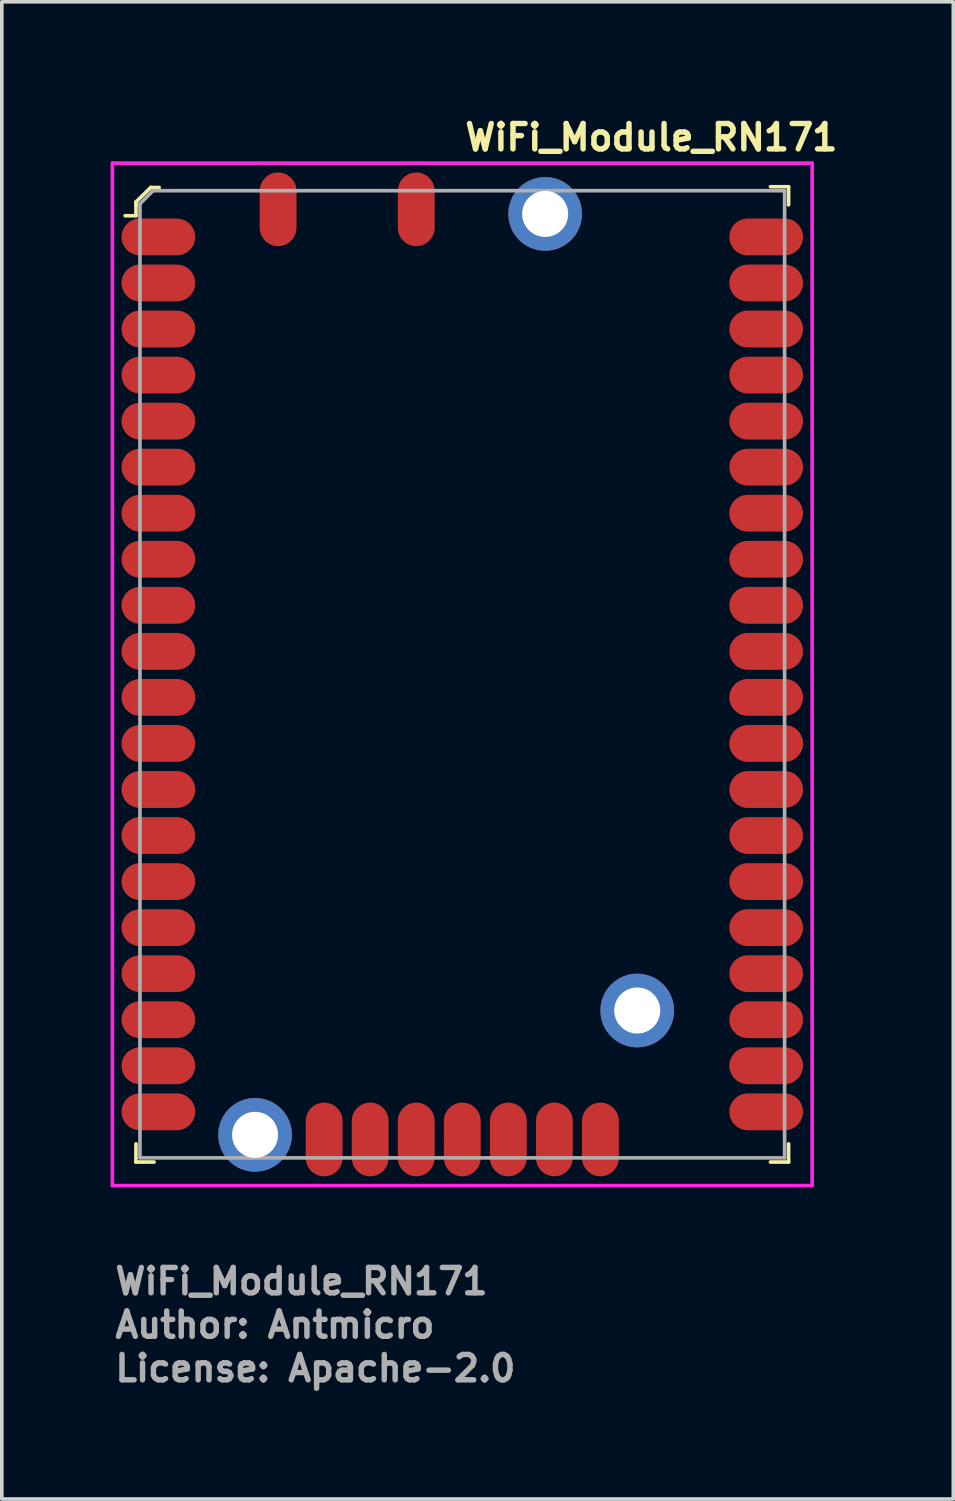
<source format=kicad_pcb>
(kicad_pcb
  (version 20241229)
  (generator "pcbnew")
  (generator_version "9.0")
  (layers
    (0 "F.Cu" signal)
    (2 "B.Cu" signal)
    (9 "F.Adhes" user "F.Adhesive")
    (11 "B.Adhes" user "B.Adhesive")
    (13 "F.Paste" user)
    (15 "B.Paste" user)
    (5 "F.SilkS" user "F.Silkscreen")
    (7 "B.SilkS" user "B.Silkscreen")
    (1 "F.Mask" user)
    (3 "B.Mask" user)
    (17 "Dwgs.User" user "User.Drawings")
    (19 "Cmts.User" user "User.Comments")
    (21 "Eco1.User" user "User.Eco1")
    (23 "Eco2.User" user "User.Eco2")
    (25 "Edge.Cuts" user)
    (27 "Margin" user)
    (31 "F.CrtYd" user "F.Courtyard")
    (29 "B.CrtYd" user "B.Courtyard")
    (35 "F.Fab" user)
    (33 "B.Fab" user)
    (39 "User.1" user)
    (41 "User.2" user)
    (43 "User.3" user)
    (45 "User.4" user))
  (footprint "WiFi_Module_RN171"
    (layer "F.Cu")
    (at 9.7 15.55)
    (property "Reference" "WiFi_Module_RN171" (at 0 -14.4 0) (layer "F.SilkS") (effects (font (size 0.7 0.7) (thickness 0.15)) (justify left bottom)))
    (attr smd)
    (fp_line (start -9 -13.03) (end -9 -12.94) (stroke (width 0.1) (type solid)) (layer "F.SilkS"))
    (fp_line (start -9 -12.95) (end -9 -12.65) (stroke (width 0.1) (type solid)) (layer "F.SilkS"))
    (fp_line (start -9 -12.65) (end -9.3 -12.65) (stroke (width 0.1) (type solid)) (layer "F.SilkS"))
    (fp_line (start -9 13.45) (end -9 12.95) (stroke (width 0.1) (type solid)) (layer "F.SilkS"))
    (fp_line (start -9 13.45) (end -8.5 13.45) (stroke (width 0.1) (type solid)) (layer "F.SilkS"))
    (fp_line (start -8.59 -13.43) (end -9 -13.03) (stroke (width 0.1) (type solid)) (layer "F.SilkS"))
    (fp_line (start -8.36 -13.43) (end -8.59 -13.43) (stroke (width 0.1) (type solid)) (layer "F.SilkS"))
    (fp_line (start 8.5 13.45) (end 9 13.45) (stroke (width 0.1) (type solid)) (layer "F.SilkS"))
    (fp_line (start 9 -13.45) (end 8.5 -13.45) (stroke (width 0.1) (type solid)) (layer "F.SilkS"))
    (fp_line (start 9 -13.45) (end 9 -12.95) (stroke (width 0.1) (type solid)) (layer "F.SilkS"))
    (fp_line (start 9 13.45) (end 9 12.95) (stroke (width 0.1) (type solid)) (layer "F.SilkS"))
    (fp_line (start -9.65 -14.1) (end -9.65 14.1) (stroke (width 0.1) (type solid)) (layer "F.CrtYd"))
    (fp_line (start -9.65 -14.1) (end 9.65 -14.1) (stroke (width 0.1) (type solid)) (layer "F.CrtYd"))
    (fp_line (start -9.65 14.1) (end 9.65 14.1) (stroke (width 0.1) (type solid)) (layer "F.CrtYd"))
    (fp_line (start 9.65 -14.1) (end 9.65 14.1) (stroke (width 0.1) (type solid)) (layer "F.CrtYd"))
    (fp_line (start -8.89 -12.98) (end -8.89 13.33) (stroke (width 0.1) (type solid)) (layer "F.Fab"))
    (fp_line (start -8.89 -12.98) (end -8.54 -13.33) (stroke (width 0.1) (type solid)) (layer "F.Fab"))
    (fp_line (start -8.89 13.335) (end 8.89 13.335) (stroke (width 0.1) (type solid)) (layer "F.Fab"))
    (fp_line (start -8.54 -13.34) (end 8.89 -13.34) (stroke (width 0.1) (type solid)) (layer "F.Fab"))
    (fp_line (start 8.89 -13.335) (end 8.89 13.335) (stroke (width 0.1) (type solid)) (layer "F.Fab"))
    (fp_line (start -9.387 -12.565) (end -7.388 -12.565) (stroke (width 0.1) (type solid)) (layer "User.9"))
    (fp_line (start -9.387 -11.565) (end -9.387 -12.565) (stroke (width 0.1) (type solid)) (layer "User.9"))
    (fp_line (start -9.387 -11.565) (end -7.388 -11.565) (stroke (width 0.1) (type solid)) (layer "User.9"))
    (fp_line (start -9.387 -11.295) (end -7.388 -11.295) (stroke (width 0.1) (type solid)) (layer "User.9"))
    (fp_line (start -9.387 -10.295) (end -9.387 -11.295) (stroke (width 0.1) (type solid)) (layer "User.9"))
    (fp_line (start -9.387 -10.295) (end -7.388 -10.295) (stroke (width 0.1) (type solid)) (layer "User.9"))
    (fp_line (start -9.387 -10.025) (end -7.388 -10.025) (stroke (width 0.1) (type solid)) (layer "User.9"))
    (fp_line (start -9.387 -9.025) (end -9.387 -10.025) (stroke (width 0.1) (type solid)) (layer "User.9"))
    (fp_line (start -9.387 -9.025) (end -7.388 -9.025) (stroke (width 0.1) (type solid)) (layer "User.9"))
    (fp_line (start -9.387 -8.755) (end -7.388 -8.755) (stroke (width 0.1) (type solid)) (layer "User.9"))
    (fp_line (start -9.387 -7.755) (end -9.387 -8.755) (stroke (width 0.1) (type solid)) (layer "User.9"))
    (fp_line (start -9.387 -7.755) (end -7.388 -7.755) (stroke (width 0.1) (type solid)) (layer "User.9"))
    (fp_line (start -9.387 -7.485) (end -7.388 -7.485) (stroke (width 0.1) (type solid)) (layer "User.9"))
    (fp_line (start -9.387 -6.485) (end -9.387 -7.485) (stroke (width 0.1) (type solid)) (layer "User.9"))
    (fp_line (start -9.387 -6.485) (end -7.388 -6.485) (stroke (width 0.1) (type solid)) (layer "User.9"))
    (fp_line (start -9.387 -6.215) (end -7.388 -6.215) (stroke (width 0.1) (type solid)) (layer "User.9"))
    (fp_line (start -9.387 -5.215) (end -9.387 -6.215) (stroke (width 0.1) (type solid)) (layer "User.9"))
    (fp_line (start -9.387 -5.215) (end -7.388 -5.215) (stroke (width 0.1) (type solid)) (layer "User.9"))
    (fp_line (start -9.387 -4.945) (end -7.388 -4.945) (stroke (width 0.1) (type solid)) (layer "User.9"))
    (fp_line (start -9.387 -3.945) (end -9.387 -4.945) (stroke (width 0.1) (type solid)) (layer "User.9"))
    (fp_line (start -9.387 -3.945) (end -7.388 -3.945) (stroke (width 0.1) (type solid)) (layer "User.9"))
    (fp_line (start -9.387 -3.675) (end -7.388 -3.675) (stroke (width 0.1) (type solid)) (layer "User.9"))
    (fp_line (start -9.387 -2.675) (end -9.387 -3.675) (stroke (width 0.1) (type solid)) (layer "User.9"))
    (fp_line (start -9.387 -2.675) (end -7.388 -2.675) (stroke (width 0.1) (type solid)) (layer "User.9"))
    (fp_line (start -9.387 -2.405) (end -7.388 -2.405) (stroke (width 0.1) (type solid)) (layer "User.9"))
    (fp_line (start -9.387 -1.405) (end -9.387 -2.405) (stroke (width 0.1) (type solid)) (layer "User.9"))
    (fp_line (start -9.387 -1.405) (end -7.388 -1.405) (stroke (width 0.1) (type solid)) (layer "User.9"))
    (fp_line (start -9.387 -1.135) (end -7.388 -1.135) (stroke (width 0.1) (type solid)) (layer "User.9"))
    (fp_line (start -9.387 -0.135) (end -9.387 -1.135) (stroke (width 0.1) (type solid)) (layer "User.9"))
    (fp_line (start -9.387 -0.135) (end -7.388 -0.135) (stroke (width 0.1) (type solid)) (layer "User.9"))
    (fp_line (start -9.387 0.135) (end -7.388 0.135) (stroke (width 0.1) (type solid)) (layer "User.9"))
    (fp_line (start -9.387 1.135) (end -9.387 0.135) (stroke (width 0.1) (type solid)) (layer "User.9"))
    (fp_line (start -9.387 1.135) (end -7.388 1.135) (stroke (width 0.1) (type solid)) (layer "User.9"))
    (fp_line (start -9.387 1.405) (end -7.388 1.405) (stroke (width 0.1) (type solid)) (layer "User.9"))
    (fp_line (start -9.387 2.405) (end -9.387 1.405) (stroke (width 0.1) (type solid)) (layer "User.9"))
    (fp_line (start -9.387 2.405) (end -7.388 2.405) (stroke (width 0.1) (type solid)) (layer "User.9"))
    (fp_line (start -9.387 2.675) (end -7.388 2.675) (stroke (width 0.1) (type solid)) (layer "User.9"))
    (fp_line (start -9.387 3.675) (end -9.387 2.675) (stroke (width 0.1) (type solid)) (layer "User.9"))
    (fp_line (start -9.387 3.675) (end -7.388 3.675) (stroke (width 0.1) (type solid)) (layer "User.9"))
    (fp_line (start -9.387 3.945) (end -7.388 3.945) (stroke (width 0.1) (type solid)) (layer "User.9"))
    (fp_line (start -9.387 4.945) (end -9.387 3.945) (stroke (width 0.1) (type solid)) (layer "User.9"))
    (fp_line (start -9.387 4.945) (end -7.388 4.945) (stroke (width 0.1) (type solid)) (layer "User.9"))
    (fp_line (start -9.387 5.215) (end -7.388 5.215) (stroke (width 0.1) (type solid)) (layer "User.9"))
    (fp_line (start -9.387 6.215) (end -9.387 5.215) (stroke (width 0.1) (type solid)) (layer "User.9"))
    (fp_line (start -9.387 6.215) (end -7.388 6.215) (stroke (width 0.1) (type solid)) (layer "User.9"))
    (fp_line (start -9.387 6.485) (end -7.388 6.485) (stroke (width 0.1) (type solid)) (layer "User.9"))
    (fp_line (start -9.387 7.485) (end -9.387 6.485) (stroke (width 0.1) (type solid)) (layer "User.9"))
    (fp_line (start -9.387 7.485) (end -7.388 7.485) (stroke (width 0.1) (type solid)) (layer "User.9"))
    (fp_line (start -9.387 7.755) (end -7.388 7.755) (stroke (width 0.1) (type solid)) (layer "User.9"))
    (fp_line (start -9.387 8.755) (end -9.387 7.755) (stroke (width 0.1) (type solid)) (layer "User.9"))
    (fp_line (start -9.387 8.755) (end -7.388 8.755) (stroke (width 0.1) (type solid)) (layer "User.9"))
    (fp_line (start -9.387 9.025) (end -7.388 9.025) (stroke (width 0.1) (type solid)) (layer "User.9"))
    (fp_line (start -9.387 10.025) (end -9.387 9.025) (stroke (width 0.1) (type solid)) (layer "User.9"))
    (fp_line (start -9.387 10.025) (end -7.388 10.025) (stroke (width 0.1) (type solid)) (layer "User.9"))
    (fp_line (start -9.387 10.295) (end -7.388 10.295) (stroke (width 0.1) (type solid)) (layer "User.9"))
    (fp_line (start -9.387 11.295) (end -9.387 10.295) (stroke (width 0.1) (type solid)) (layer "User.9"))
    (fp_line (start -9.387 11.295) (end -7.388 11.295) (stroke (width 0.1) (type solid)) (layer "User.9"))
    (fp_line (start -9.387 11.565) (end -7.388 11.565) (stroke (width 0.1) (type solid)) (layer "User.9"))
    (fp_line (start -9.387 12.565) (end -9.387 11.565) (stroke (width 0.1) (type solid)) (layer "User.9"))
    (fp_line (start -9.387 12.565) (end -7.388 12.565) (stroke (width 0.1) (type solid)) (layer "User.9"))
    (fp_line (start -8.89 -13.335) (end -8.89 -12.565) (stroke (width 0.1) (type solid)) (layer "User.9"))
    (fp_line (start -8.89 -11.565) (end -8.89 -11.295) (stroke (width 0.1) (type solid)) (layer "User.9"))
    (fp_line (start -8.89 -10.295) (end -8.89 -10.025) (stroke (width 0.1) (type solid)) (layer "User.9"))
    (fp_line (start -8.89 -9.025) (end -8.89 -8.755) (stroke (width 0.1) (type solid)) (layer "User.9"))
    (fp_line (start -8.89 -7.755) (end -8.89 -7.485) (stroke (width 0.1) (type solid)) (layer "User.9"))
    (fp_line (start -8.89 -6.485) (end -8.89 -6.215) (stroke (width 0.1) (type solid)) (layer "User.9"))
    (fp_line (start -8.89 -5.215) (end -8.89 -4.945) (stroke (width 0.1) (type solid)) (layer "User.9"))
    (fp_line (start -8.89 -3.945) (end -8.89 -3.675) (stroke (width 0.1) (type solid)) (layer "User.9"))
    (fp_line (start -8.89 -2.675) (end -8.89 -2.405) (stroke (width 0.1) (type solid)) (layer "User.9"))
    (fp_line (start -8.89 -1.405) (end -8.89 -1.135) (stroke (width 0.1) (type solid)) (layer "User.9"))
    (fp_line (start -8.89 -0.135) (end -8.89 0.135) (stroke (width 0.1) (type solid)) (layer "User.9"))
    (fp_line (start -8.89 1.135) (end -8.89 1.405) (stroke (width 0.1) (type solid)) (layer "User.9"))
    (fp_line (start -8.89 2.405) (end -8.89 2.675) (stroke (width 0.1) (type solid)) (layer "User.9"))
    (fp_line (start -8.89 3.675) (end -8.89 3.945) (stroke (width 0.1) (type solid)) (layer "User.9"))
    (fp_line (start -8.89 4.945) (end -8.89 5.215) (stroke (width 0.1) (type solid)) (layer "User.9"))
    (fp_line (start -8.89 6.215) (end -8.89 6.485) (stroke (width 0.1) (type solid)) (layer "User.9"))
    (fp_line (start -8.89 7.485) (end -8.89 7.755) (stroke (width 0.1) (type solid)) (layer "User.9"))
    (fp_line (start -8.89 8.755) (end -8.89 9.025) (stroke (width 0.1) (type solid)) (layer "User.9"))
    (fp_line (start -8.89 10.025) (end -8.89 10.295) (stroke (width 0.1) (type solid)) (layer "User.9"))
    (fp_line (start -8.89 11.295) (end -8.89 11.565) (stroke (width 0.1) (type solid)) (layer "User.9"))
    (fp_line (start -8.89 12.565) (end -8.89 13.335) (stroke (width 0.1) (type solid)) (layer "User.9"))
    (fp_line (start -8.89 13.335) (end -4.31 13.335) (stroke (width 0.1) (type solid)) (layer "User.9"))
    (fp_line (start -7.388 -11.565) (end -7.388 -12.565) (stroke (width 0.1) (type solid)) (layer "User.9"))
    (fp_line (start -7.388 -10.295) (end -7.388 -11.295) (stroke (width 0.1) (type solid)) (layer "User.9"))
    (fp_line (start -7.388 -9.025) (end -7.388 -10.025) (stroke (width 0.1) (type solid)) (layer "User.9"))
    (fp_line (start -7.388 -7.755) (end -7.388 -8.755) (stroke (width 0.1) (type solid)) (layer "User.9"))
    (fp_line (start -7.388 -6.485) (end -7.388 -7.485) (stroke (width 0.1) (type solid)) (layer "User.9"))
    (fp_line (start -7.388 -5.215) (end -7.388 -6.215) (stroke (width 0.1) (type solid)) (layer "User.9"))
    (fp_line (start -7.388 -3.945) (end -7.388 -4.945) (stroke (width 0.1) (type solid)) (layer "User.9"))
    (fp_line (start -7.388 -2.675) (end -7.388 -3.675) (stroke (width 0.1) (type solid)) (layer "User.9"))
    (fp_line (start -7.388 -1.405) (end -7.388 -2.405) (stroke (width 0.1) (type solid)) (layer "User.9"))
    (fp_line (start -7.388 -0.135) (end -7.388 -1.135) (stroke (width 0.1) (type solid)) (layer "User.9"))
    (fp_line (start -7.388 1.135) (end -7.388 0.135) (stroke (width 0.1) (type solid)) (layer "User.9"))
    (fp_line (start -7.388 2.405) (end -7.388 1.405) (stroke (width 0.1) (type solid)) (layer "User.9"))
    (fp_line (start -7.388 3.675) (end -7.388 2.675) (stroke (width 0.1) (type solid)) (layer "User.9"))
    (fp_line (start -7.388 4.945) (end -7.388 3.945) (stroke (width 0.1) (type solid)) (layer "User.9"))
    (fp_line (start -7.388 6.215) (end -7.388 5.215) (stroke (width 0.1) (type solid)) (layer "User.9"))
    (fp_line (start -7.388 7.485) (end -7.388 6.485) (stroke (width 0.1) (type solid)) (layer "User.9"))
    (fp_line (start -7.388 8.755) (end -7.388 7.755) (stroke (width 0.1) (type solid)) (layer "User.9"))
    (fp_line (start -7.388 10.025) (end -7.388 9.025) (stroke (width 0.1) (type solid)) (layer "User.9"))
    (fp_line (start -7.388 11.295) (end -7.388 10.295) (stroke (width 0.1) (type solid)) (layer "User.9"))
    (fp_line (start -7.388 12.565) (end -7.388 11.565) (stroke (width 0.1) (type solid)) (layer "User.9"))
    (fp_line (start -6.294 11.049) (end -6.29 11.001) (stroke (width 0.1) (type solid)) (layer "User.9"))
    (fp_line (start -6.29 11.001) (end -6.28 10.953) (stroke (width 0.1) (type solid)) (layer "User.9"))
    (fp_line (start -6.29 11.097) (end -6.294 11.049) (stroke (width 0.1) (type solid)) (layer "User.9"))
    (fp_line (start -6.28 10.953) (end -6.262 10.908) (stroke (width 0.1) (type solid)) (layer "User.9"))
    (fp_line (start -6.28 11.145) (end -6.29 11.097) (stroke (width 0.1) (type solid)) (layer "User.9"))
    (fp_line (start -6.262 10.908) (end -6.238 10.866) (stroke (width 0.1) (type solid)) (layer "User.9"))
    (fp_line (start -6.262 11.19) (end -6.28 11.145) (stroke (width 0.1) (type solid)) (layer "User.9"))
    (fp_line (start -6.238 10.866) (end -6.207 10.828) (stroke (width 0.1) (type solid)) (layer "User.9"))
    (fp_line (start -6.238 11.232) (end -6.262 11.19) (stroke (width 0.1) (type solid)) (layer "User.9"))
    (fp_line (start -6.207 10.828) (end -6.172 10.795) (stroke (width 0.1) (type solid)) (layer "User.9"))
    (fp_line (start -6.207 11.27) (end -6.238 11.232) (stroke (width 0.1) (type solid)) (layer "User.9"))
    (fp_line (start -6.172 10.795) (end -6.131 10.768) (stroke (width 0.1) (type solid)) (layer "User.9"))
    (fp_line (start -6.172 11.303) (end -6.207 11.27) (stroke (width 0.1) (type solid)) (layer "User.9"))
    (fp_line (start -6.131 10.768) (end -6.088 10.746) (stroke (width 0.1) (type solid)) (layer "User.9"))
    (fp_line (start -6.131 11.33) (end -6.172 11.303) (stroke (width 0.1) (type solid)) (layer "User.9"))
    (fp_line (start -6.088 10.746) (end -6.041 10.732) (stroke (width 0.1) (type solid)) (layer "User.9"))
    (fp_line (start -6.088 11.352) (end -6.131 11.33) (stroke (width 0.1) (type solid)) (layer "User.9"))
    (fp_line (start -6.041 10.732) (end -5.993 10.725) (stroke (width 0.1) (type solid)) (layer "User.9"))
    (fp_line (start -6.041 11.366) (end -6.088 11.352) (stroke (width 0.1) (type solid)) (layer "User.9"))
    (fp_line (start -5.993 10.725) (end -5.945 10.725) (stroke (width 0.1) (type solid)) (layer "User.9"))
    (fp_line (start -5.993 11.373) (end -6.041 11.366) (stroke (width 0.1) (type solid)) (layer "User.9"))
    (fp_line (start -5.945 10.725) (end -5.897 10.732) (stroke (width 0.1) (type solid)) (layer "User.9"))
    (fp_line (start -5.945 11.373) (end -5.993 11.373) (stroke (width 0.1) (type solid)) (layer "User.9"))
    (fp_line (start -5.897 10.732) (end -5.85 10.746) (stroke (width 0.1) (type solid)) (layer "User.9"))
    (fp_line (start -5.897 11.366) (end -5.945 11.373) (stroke (width 0.1) (type solid)) (layer "User.9"))
    (fp_line (start -5.85 10.746) (end -5.806 10.768) (stroke (width 0.1) (type solid)) (layer "User.9"))
    (fp_line (start -5.85 11.352) (end -5.897 11.366) (stroke (width 0.1) (type solid)) (layer "User.9"))
    (fp_line (start -5.806 10.768) (end -5.766 10.795) (stroke (width 0.1) (type solid)) (layer "User.9"))
    (fp_line (start -5.806 11.33) (end -5.85 11.352) (stroke (width 0.1) (type solid)) (layer "User.9"))
    (fp_line (start -5.766 10.795) (end -5.731 10.828) (stroke (width 0.1) (type solid)) (layer "User.9"))
    (fp_line (start -5.766 11.303) (end -5.806 11.33) (stroke (width 0.1) (type solid)) (layer "User.9"))
    (fp_line (start -5.731 10.828) (end -5.7 10.866) (stroke (width 0.1) (type solid)) (layer "User.9"))
    (fp_line (start -5.731 11.27) (end -5.766 11.303) (stroke (width 0.1) (type solid)) (layer "User.9"))
    (fp_line (start -5.7 10.866) (end -5.676 10.908) (stroke (width 0.1) (type solid)) (layer "User.9"))
    (fp_line (start -5.7 11.232) (end -5.731 11.27) (stroke (width 0.1) (type solid)) (layer "User.9"))
    (fp_line (start -5.676 10.908) (end -5.658 10.953) (stroke (width 0.1) (type solid)) (layer "User.9"))
    (fp_line (start -5.676 11.19) (end -5.7 11.232) (stroke (width 0.1) (type solid)) (layer "User.9"))
    (fp_line (start -5.658 10.953) (end -5.648 11.001) (stroke (width 0.1) (type solid)) (layer "User.9"))
    (fp_line (start -5.658 11.145) (end -5.676 11.19) (stroke (width 0.1) (type solid)) (layer "User.9"))
    (fp_line (start -5.648 11.001) (end -5.644 11.049) (stroke (width 0.1) (type solid)) (layer "User.9"))
    (fp_line (start -5.648 11.097) (end -5.658 11.145) (stroke (width 0.1) (type solid)) (layer "User.9"))
    (fp_line (start -5.644 11.049) (end -5.648 11.097) (stroke (width 0.1) (type solid)) (layer "User.9"))
    (fp_line (start -4.699 9.271) (end -4.696 9.337) (stroke (width 0.1) (type solid)) (layer "User.9"))
    (fp_line (start -4.699 9.271) (end -4.696 9.337) (stroke (width 0.1) (type solid)) (layer "User.9"))
    (fp_line (start -4.697 9.271) (end -4.693 9.2) (stroke (width 0.1) (type solid)) (layer "User.9"))
    (fp_line (start -4.696 9.205) (end -4.699 9.271) (stroke (width 0.1) (type solid)) (layer "User.9"))
    (fp_line (start -4.696 9.205) (end -4.699 9.271) (stroke (width 0.1) (type solid)) (layer "User.9"))
    (fp_line (start -4.696 9.337) (end -4.685 9.403) (stroke (width 0.1) (type solid)) (layer "User.9"))
    (fp_line (start -4.696 9.337) (end -4.685 9.403) (stroke (width 0.1) (type solid)) (layer "User.9"))
    (fp_line (start -4.693 9.2) (end -4.681 9.13) (stroke (width 0.1) (type solid)) (layer "User.9"))
    (fp_line (start -4.693 9.342) (end -4.697 9.271) (stroke (width 0.1) (type solid)) (layer "User.9"))
    (fp_line (start -4.685 9.139) (end -4.696 9.205) (stroke (width 0.1) (type solid)) (layer "User.9"))
    (fp_line (start -4.685 9.139) (end -4.696 9.205) (stroke (width 0.1) (type solid)) (layer "User.9"))
    (fp_line (start -4.685 9.403) (end -4.668 9.467) (stroke (width 0.1) (type solid)) (layer "User.9"))
    (fp_line (start -4.685 9.403) (end -4.668 9.467) (stroke (width 0.1) (type solid)) (layer "User.9"))
    (fp_line (start -4.681 9.13) (end -4.661 9.061) (stroke (width 0.1) (type solid)) (layer "User.9"))
    (fp_line (start -4.681 9.412) (end -4.693 9.342) (stroke (width 0.1) (type solid)) (layer "User.9"))
    (fp_line (start -4.668 9.075) (end -4.685 9.139) (stroke (width 0.1) (type solid)) (layer "User.9"))
    (fp_line (start -4.668 9.075) (end -4.685 9.139) (stroke (width 0.1) (type solid)) (layer "User.9"))
    (fp_line (start -4.668 9.467) (end -4.644 9.53) (stroke (width 0.1) (type solid)) (layer "User.9"))
    (fp_line (start -4.668 9.467) (end -4.644 9.53) (stroke (width 0.1) (type solid)) (layer "User.9"))
    (fp_line (start -4.661 9.061) (end -4.634 8.995) (stroke (width 0.1) (type solid)) (layer "User.9"))
    (fp_line (start -4.661 9.481) (end -4.681 9.412) (stroke (width 0.1) (type solid)) (layer "User.9"))
    (fp_line (start -4.644 9.012) (end -4.668 9.075) (stroke (width 0.1) (type solid)) (layer "User.9"))
    (fp_line (start -4.644 9.012) (end -4.668 9.075) (stroke (width 0.1) (type solid)) (layer "User.9"))
    (fp_line (start -4.644 9.53) (end -4.614 9.589) (stroke (width 0.1) (type solid)) (layer "User.9"))
    (fp_line (start -4.644 9.53) (end -4.614 9.589) (stroke (width 0.1) (type solid)) (layer "User.9"))
    (fp_line (start -4.634 8.995) (end -4.599 8.933) (stroke (width 0.1) (type solid)) (layer "User.9"))
    (fp_line (start -4.634 9.547) (end -4.661 9.481) (stroke (width 0.1) (type solid)) (layer "User.9"))
    (fp_line (start -4.614 8.953) (end -4.644 9.012) (stroke (width 0.1) (type solid)) (layer "User.9"))
    (fp_line (start -4.614 8.953) (end -4.644 9.012) (stroke (width 0.1) (type solid)) (layer "User.9"))
    (fp_line (start -4.614 9.589) (end -4.577 9.645) (stroke (width 0.1) (type solid)) (layer "User.9"))
    (fp_line (start -4.614 9.589) (end -4.577 9.645) (stroke (width 0.1) (type solid)) (layer "User.9"))
    (fp_line (start -4.599 8.933) (end -4.558 8.875) (stroke (width 0.1) (type solid)) (layer "User.9"))
    (fp_line (start -4.599 9.609) (end -4.634 9.547) (stroke (width 0.1) (type solid)) (layer "User.9"))
    (fp_line (start -4.577 8.897) (end -4.614 8.953) (stroke (width 0.1) (type solid)) (layer "User.9"))
    (fp_line (start -4.577 8.897) (end -4.614 8.953) (stroke (width 0.1) (type solid)) (layer "User.9"))
    (fp_line (start -4.577 9.645) (end -4.536 9.696) (stroke (width 0.1) (type solid)) (layer "User.9"))
    (fp_line (start -4.577 9.645) (end -4.536 9.696) (stroke (width 0.1) (type solid)) (layer "User.9"))
    (fp_line (start -4.558 8.875) (end -4.511 8.822) (stroke (width 0.1) (type solid)) (layer "User.9"))
    (fp_line (start -4.558 9.667) (end -4.599 9.609) (stroke (width 0.1) (type solid)) (layer "User.9"))
    (fp_line (start -4.536 8.846) (end -4.577 8.897) (stroke (width 0.1) (type solid)) (layer "User.9"))
    (fp_line (start -4.536 8.846) (end -4.577 8.897) (stroke (width 0.1) (type solid)) (layer "User.9"))
    (fp_line (start -4.536 9.696) (end -4.488 9.743) (stroke (width 0.1) (type solid)) (layer "User.9"))
    (fp_line (start -4.536 9.696) (end -4.488 9.743) (stroke (width 0.1) (type solid)) (layer "User.9"))
    (fp_line (start -4.511 8.822) (end -4.457 8.775) (stroke (width 0.1) (type solid)) (layer "User.9"))
    (fp_line (start -4.511 9.72) (end -4.558 9.667) (stroke (width 0.1) (type solid)) (layer "User.9"))
    (fp_line (start -4.488 8.799) (end -4.536 8.846) (stroke (width 0.1) (type solid)) (layer "User.9"))
    (fp_line (start -4.488 8.799) (end -4.536 8.846) (stroke (width 0.1) (type solid)) (layer "User.9"))
    (fp_line (start -4.488 9.743) (end -4.437 9.785) (stroke (width 0.1) (type solid)) (layer "User.9"))
    (fp_line (start -4.488 9.743) (end -4.437 9.785) (stroke (width 0.1) (type solid)) (layer "User.9"))
    (fp_line (start -4.457 8.775) (end -4.399 8.733) (stroke (width 0.1) (type solid)) (layer "User.9"))
    (fp_line (start -4.457 9.767) (end -4.511 9.72) (stroke (width 0.1) (type solid)) (layer "User.9"))
    (fp_line (start -4.437 8.757) (end -4.488 8.799) (stroke (width 0.1) (type solid)) (layer "User.9"))
    (fp_line (start -4.437 8.757) (end -4.488 8.799) (stroke (width 0.1) (type solid)) (layer "User.9"))
    (fp_line (start -4.437 9.785) (end -4.381 9.821) (stroke (width 0.1) (type solid)) (layer "User.9"))
    (fp_line (start -4.437 9.785) (end -4.381 9.821) (stroke (width 0.1) (type solid)) (layer "User.9"))
    (fp_line (start -4.399 8.733) (end -4.337 8.699) (stroke (width 0.1) (type solid)) (layer "User.9"))
    (fp_line (start -4.399 9.809) (end -4.457 9.767) (stroke (width 0.1) (type solid)) (layer "User.9"))
    (fp_line (start -4.381 8.721) (end -4.437 8.757) (stroke (width 0.1) (type solid)) (layer "User.9"))
    (fp_line (start -4.381 8.721) (end -4.437 8.757) (stroke (width 0.1) (type solid)) (layer "User.9"))
    (fp_line (start -4.381 9.821) (end -4.321 9.851) (stroke (width 0.1) (type solid)) (layer "User.9"))
    (fp_line (start -4.381 9.821) (end -4.321 9.851) (stroke (width 0.1) (type solid)) (layer "User.9"))
    (fp_line (start -4.337 8.699) (end -4.271 8.672) (stroke (width 0.1) (type solid)) (layer "User.9"))
    (fp_line (start -4.337 9.843) (end -4.399 9.809) (stroke (width 0.1) (type solid)) (layer "User.9"))
    (fp_line (start -4.321 8.691) (end -4.381 8.721) (stroke (width 0.1) (type solid)) (layer "User.9"))
    (fp_line (start -4.321 8.691) (end -4.381 8.721) (stroke (width 0.1) (type solid)) (layer "User.9"))
    (fp_line (start -4.321 9.851) (end -4.259 9.875) (stroke (width 0.1) (type solid)) (layer "User.9"))
    (fp_line (start -4.321 9.851) (end -4.259 9.875) (stroke (width 0.1) (type solid)) (layer "User.9"))
    (fp_line (start -4.31 11.835) (end -4.31 13.335) (stroke (width 0.1) (type solid)) (layer "User.9"))
    (fp_line (start -4.31 11.835) (end -4.31 13.335) (stroke (width 0.1) (type solid)) (layer "User.9"))
    (fp_line (start -4.31 13.335) (end -4.308 13.335) (stroke (width 0.1) (type solid)) (layer "User.9"))
    (fp_line (start -4.308 11.835) (end -4.31 11.835) (stroke (width 0.1) (type solid)) (layer "User.9"))
    (fp_line (start -4.308 11.835) (end -4.31 11.835) (stroke (width 0.1) (type solid)) (layer "User.9"))
    (fp_line (start -4.308 11.835) (end -4.308 13.835) (stroke (width 0.1) (type solid)) (layer "User.9"))
    (fp_line (start -4.308 11.835) (end -3.308 11.835) (stroke (width 0.1) (type solid)) (layer "User.9"))
    (fp_line (start -4.308 13.835) (end -3.308 13.835) (stroke (width 0.1) (type solid)) (layer "User.9"))
    (fp_line (start -4.271 8.672) (end -4.203 8.652) (stroke (width 0.1) (type solid)) (layer "User.9"))
    (fp_line (start -4.271 9.87) (end -4.337 9.843) (stroke (width 0.1) (type solid)) (layer "User.9"))
    (fp_line (start -4.259 8.667) (end -4.321 8.691) (stroke (width 0.1) (type solid)) (layer "User.9"))
    (fp_line (start -4.259 8.667) (end -4.321 8.691) (stroke (width 0.1) (type solid)) (layer "User.9"))
    (fp_line (start -4.259 9.875) (end -4.195 9.892) (stroke (width 0.1) (type solid)) (layer "User.9"))
    (fp_line (start -4.259 9.875) (end -4.195 9.892) (stroke (width 0.1) (type solid)) (layer "User.9"))
    (fp_line (start -4.203 8.652) (end -4.133 8.64) (stroke (width 0.1) (type solid)) (layer "User.9"))
    (fp_line (start -4.203 9.89) (end -4.271 9.87) (stroke (width 0.1) (type solid)) (layer "User.9"))
    (fp_line (start -4.195 8.65) (end -4.259 8.667) (stroke (width 0.1) (type solid)) (layer "User.9"))
    (fp_line (start -4.195 8.65) (end -4.259 8.667) (stroke (width 0.1) (type solid)) (layer "User.9"))
    (fp_line (start -4.195 9.892) (end -4.129 9.903) (stroke (width 0.1) (type solid)) (layer "User.9"))
    (fp_line (start -4.195 9.892) (end -4.129 9.903) (stroke (width 0.1) (type solid)) (layer "User.9"))
    (fp_line (start -4.133 8.64) (end -4.061 8.636) (stroke (width 0.1) (type solid)) (layer "User.9"))
    (fp_line (start -4.133 9.902) (end -4.203 9.89) (stroke (width 0.1) (type solid)) (layer "User.9"))
    (fp_line (start -4.129 8.639) (end -4.195 8.65) (stroke (width 0.1) (type solid)) (layer "User.9"))
    (fp_line (start -4.129 8.639) (end -4.195 8.65) (stroke (width 0.1) (type solid)) (layer "User.9"))
    (fp_line (start -4.129 9.903) (end -4.063 9.906) (stroke (width 0.1) (type solid)) (layer "User.9"))
    (fp_line (start -4.129 9.903) (end -4.063 9.906) (stroke (width 0.1) (type solid)) (layer "User.9"))
    (fp_line (start -4.063 8.636) (end -4.129 8.639) (stroke (width 0.1) (type solid)) (layer "User.9"))
    (fp_line (start -4.063 8.636) (end -4.129 8.639) (stroke (width 0.1) (type solid)) (layer "User.9"))
    (fp_line (start -4.061 8.636) (end -3.99 8.64) (stroke (width 0.1) (type solid)) (layer "User.9"))
    (fp_line (start -4.061 9.906) (end -4.133 9.902) (stroke (width 0.1) (type solid)) (layer "User.9"))
    (fp_line (start -3.99 8.64) (end -3.92 8.652) (stroke (width 0.1) (type solid)) (layer "User.9"))
    (fp_line (start -3.99 9.902) (end -4.061 9.906) (stroke (width 0.1) (type solid)) (layer "User.9"))
    (fp_line (start -3.92 8.652) (end -3.852 8.672) (stroke (width 0.1) (type solid)) (layer "User.9"))
    (fp_line (start -3.92 9.89) (end -3.99 9.902) (stroke (width 0.1) (type solid)) (layer "User.9"))
    (fp_line (start -3.852 8.672) (end -3.786 8.699) (stroke (width 0.1) (type solid)) (layer "User.9"))
    (fp_line (start -3.852 9.87) (end -3.92 9.89) (stroke (width 0.1) (type solid)) (layer "User.9"))
    (fp_line (start -3.786 8.699) (end -3.724 8.733) (stroke (width 0.1) (type solid)) (layer "User.9"))
    (fp_line (start -3.786 9.843) (end -3.852 9.87) (stroke (width 0.1) (type solid)) (layer "User.9"))
    (fp_line (start -3.724 8.733) (end -3.666 8.775) (stroke (width 0.1) (type solid)) (layer "User.9"))
    (fp_line (start -3.724 9.809) (end -3.786 9.843) (stroke (width 0.1) (type solid)) (layer "User.9"))
    (fp_line (start -3.666 8.775) (end -3.612 8.822) (stroke (width 0.1) (type solid)) (layer "User.9"))
    (fp_line (start -3.666 9.767) (end -3.724 9.809) (stroke (width 0.1) (type solid)) (layer "User.9"))
    (fp_line (start -3.612 8.822) (end -3.565 8.875) (stroke (width 0.1) (type solid)) (layer "User.9"))
    (fp_line (start -3.612 9.72) (end -3.666 9.767) (stroke (width 0.1) (type solid)) (layer "User.9"))
    (fp_line (start -3.565 8.875) (end -3.524 8.933) (stroke (width 0.1) (type solid)) (layer "User.9"))
    (fp_line (start -3.565 9.667) (end -3.612 9.72) (stroke (width 0.1) (type solid)) (layer "User.9"))
    (fp_line (start -3.524 8.933) (end -3.489 8.995) (stroke (width 0.1) (type solid)) (layer "User.9"))
    (fp_line (start -3.524 9.609) (end -3.565 9.667) (stroke (width 0.1) (type solid)) (layer "User.9"))
    (fp_line (start -3.489 8.995) (end -3.462 9.061) (stroke (width 0.1) (type solid)) (layer "User.9"))
    (fp_line (start -3.489 9.547) (end -3.524 9.609) (stroke (width 0.1) (type solid)) (layer "User.9"))
    (fp_line (start -3.462 9.061) (end -3.442 9.13) (stroke (width 0.1) (type solid)) (layer "User.9"))
    (fp_line (start -3.462 9.481) (end -3.489 9.547) (stroke (width 0.1) (type solid)) (layer "User.9"))
    (fp_line (start -3.442 9.13) (end -3.43 9.2) (stroke (width 0.1) (type solid)) (layer "User.9"))
    (fp_line (start -3.442 9.412) (end -3.462 9.481) (stroke (width 0.1) (type solid)) (layer "User.9"))
    (fp_line (start -3.43 9.2) (end -3.426 9.271) (stroke (width 0.1) (type solid)) (layer "User.9"))
    (fp_line (start -3.43 9.342) (end -3.442 9.412) (stroke (width 0.1) (type solid)) (layer "User.9"))
    (fp_line (start -3.426 9.271) (end -3.43 9.342) (stroke (width 0.1) (type solid)) (layer "User.9"))
    (fp_line (start -3.308 11.835) (end -3.308 13.835) (stroke (width 0.1) (type solid)) (layer "User.9"))
    (fp_line (start -3.308 13.335) (end -3.04 13.335) (stroke (width 0.1) (type solid)) (layer "User.9"))
    (fp_line (start -3.04 11.835) (end -3.04 13.335) (stroke (width 0.1) (type solid)) (layer "User.9"))
    (fp_line (start -3.04 11.835) (end -3.04 13.335) (stroke (width 0.1) (type solid)) (layer "User.9"))
    (fp_line (start -3.04 13.335) (end -3.038 13.335) (stroke (width 0.1) (type solid)) (layer "User.9"))
    (fp_line (start -3.038 11.835) (end -3.04 11.835) (stroke (width 0.1) (type solid)) (layer "User.9"))
    (fp_line (start -3.038 11.835) (end -3.04 11.835) (stroke (width 0.1) (type solid)) (layer "User.9"))
    (fp_line (start -3.038 11.835) (end -3.038 13.835) (stroke (width 0.1) (type solid)) (layer "User.9"))
    (fp_line (start -3.038 11.835) (end -2.038 11.835) (stroke (width 0.1) (type solid)) (layer "User.9"))
    (fp_line (start -3.038 13.835) (end -2.038 13.835) (stroke (width 0.1) (type solid)) (layer "User.9"))
    (fp_line (start -2.918 -12.7) (end -2.915 -12.771) (stroke (width 0.1) (type solid)) (layer "User.9"))
    (fp_line (start -2.915 -12.771) (end -2.903 -12.841) (stroke (width 0.1) (type solid)) (layer "User.9"))
    (fp_line (start -2.915 -12.629) (end -2.918 -12.7) (stroke (width 0.1) (type solid)) (layer "User.9"))
    (fp_line (start -2.903 -12.841) (end -2.883 -12.91) (stroke (width 0.1) (type solid)) (layer "User.9"))
    (fp_line (start -2.903 -12.559) (end -2.915 -12.629) (stroke (width 0.1) (type solid)) (layer "User.9"))
    (fp_line (start -2.883 -12.91) (end -2.856 -12.976) (stroke (width 0.1) (type solid)) (layer "User.9"))
    (fp_line (start -2.883 -12.49) (end -2.903 -12.559) (stroke (width 0.1) (type solid)) (layer "User.9"))
    (fp_line (start -2.856 -12.976) (end -2.821 -13.038) (stroke (width 0.1) (type solid)) (layer "User.9"))
    (fp_line (start -2.856 -12.424) (end -2.883 -12.49) (stroke (width 0.1) (type solid)) (layer "User.9"))
    (fp_line (start -2.821 -13.038) (end -2.78 -13.096) (stroke (width 0.1) (type solid)) (layer "User.9"))
    (fp_line (start -2.821 -12.362) (end -2.856 -12.424) (stroke (width 0.1) (type solid)) (layer "User.9"))
    (fp_line (start -2.78 -13.096) (end -2.733 -13.149) (stroke (width 0.1) (type solid)) (layer "User.9"))
    (fp_line (start -2.78 -12.304) (end -2.821 -12.362) (stroke (width 0.1) (type solid)) (layer "User.9"))
    (fp_line (start -2.733 -13.149) (end -2.679 -13.196) (stroke (width 0.1) (type solid)) (layer "User.9"))
    (fp_line (start -2.733 -12.251) (end -2.78 -12.304) (stroke (width 0.1) (type solid)) (layer "User.9"))
    (fp_line (start -2.679 -13.196) (end -2.621 -13.238) (stroke (width 0.1) (type solid)) (layer "User.9"))
    (fp_line (start -2.679 -12.204) (end -2.733 -12.251) (stroke (width 0.1) (type solid)) (layer "User.9"))
    (fp_line (start -2.621 -13.238) (end -2.559 -13.272) (stroke (width 0.1) (type solid)) (layer "User.9"))
    (fp_line (start -2.621 -12.162) (end -2.679 -12.204) (stroke (width 0.1) (type solid)) (layer "User.9"))
    (fp_line (start -2.559 -13.272) (end -2.493 -13.299) (stroke (width 0.1) (type solid)) (layer "User.9"))
    (fp_line (start -2.559 -12.128) (end -2.621 -12.162) (stroke (width 0.1) (type solid)) (layer "User.9"))
    (fp_line (start -2.493 -13.299) (end -2.425 -13.319) (stroke (width 0.1) (type solid)) (layer "User.9"))
    (fp_line (start -2.493 -12.101) (end -2.559 -12.128) (stroke (width 0.1) (type solid)) (layer "User.9"))
    (fp_line (start -2.425 -13.319) (end -2.355 -13.331) (stroke (width 0.1) (type solid)) (layer "User.9"))
    (fp_line (start -2.425 -12.081) (end -2.493 -12.101) (stroke (width 0.1) (type solid)) (layer "User.9"))
    (fp_line (start -2.355 -13.331) (end -2.284 -13.335) (stroke (width 0.1) (type solid)) (layer "User.9"))
    (fp_line (start -2.355 -12.069) (end -2.425 -12.081) (stroke (width 0.1) (type solid)) (layer "User.9"))
    (fp_line (start -2.284 -13.335) (end -2.212 -13.331) (stroke (width 0.1) (type solid)) (layer "User.9"))
    (fp_line (start -2.284 -12.065) (end -2.355 -12.069) (stroke (width 0.1) (type solid)) (layer "User.9"))
    (fp_line (start -2.212 -13.331) (end -2.142 -13.319) (stroke (width 0.1) (type solid)) (layer "User.9"))
    (fp_line (start -2.212 -12.069) (end -2.284 -12.065) (stroke (width 0.1) (type solid)) (layer "User.9"))
    (fp_line (start -2.142 -13.319) (end -2.074 -13.299) (stroke (width 0.1) (type solid)) (layer "User.9"))
    (fp_line (start -2.142 -12.081) (end -2.212 -12.069) (stroke (width 0.1) (type solid)) (layer "User.9"))
    (fp_line (start -2.074 -13.299) (end -2.008 -13.272) (stroke (width 0.1) (type solid)) (layer "User.9"))
    (fp_line (start -2.074 -12.101) (end -2.142 -12.081) (stroke (width 0.1) (type solid)) (layer "User.9"))
    (fp_line (start -2.038 11.835) (end -2.038 13.835) (stroke (width 0.1) (type solid)) (layer "User.9"))
    (fp_line (start -2.038 13.335) (end -1.77 13.335) (stroke (width 0.1) (type solid)) (layer "User.9"))
    (fp_line (start -2.008 -13.272) (end -1.946 -13.238) (stroke (width 0.1) (type solid)) (layer "User.9"))
    (fp_line (start -2.008 -12.128) (end -2.074 -12.101) (stroke (width 0.1) (type solid)) (layer "User.9"))
    (fp_line (start -1.946 -13.238) (end -1.888 -13.196) (stroke (width 0.1) (type solid)) (layer "User.9"))
    (fp_line (start -1.946 -12.162) (end -2.008 -12.128) (stroke (width 0.1) (type solid)) (layer "User.9"))
    (fp_line (start -1.888 -13.196) (end -1.834 -13.149) (stroke (width 0.1) (type solid)) (layer "User.9"))
    (fp_line (start -1.888 -12.204) (end -1.946 -12.162) (stroke (width 0.1) (type solid)) (layer "User.9"))
    (fp_line (start -1.834 -13.149) (end -1.787 -13.096) (stroke (width 0.1) (type solid)) (layer "User.9"))
    (fp_line (start -1.834 -12.251) (end -1.888 -12.204) (stroke (width 0.1) (type solid)) (layer "User.9"))
    (fp_line (start -1.787 -13.096) (end -1.746 -13.038) (stroke (width 0.1) (type solid)) (layer "User.9"))
    (fp_line (start -1.787 -12.304) (end -1.834 -12.251) (stroke (width 0.1) (type solid)) (layer "User.9"))
    (fp_line (start -1.77 11.835) (end -1.77 13.335) (stroke (width 0.1) (type solid)) (layer "User.9"))
    (fp_line (start -1.77 11.835) (end -1.77 13.335) (stroke (width 0.1) (type solid)) (layer "User.9"))
    (fp_line (start -1.77 13.335) (end -1.768 13.335) (stroke (width 0.1) (type solid)) (layer "User.9"))
    (fp_line (start -1.768 11.835) (end -1.77 11.835) (stroke (width 0.1) (type solid)) (layer "User.9"))
    (fp_line (start -1.768 11.835) (end -1.77 11.835) (stroke (width 0.1) (type solid)) (layer "User.9"))
    (fp_line (start -1.768 11.835) (end -1.768 13.835) (stroke (width 0.1) (type solid)) (layer "User.9"))
    (fp_line (start -1.768 11.835) (end -0.767 11.835) (stroke (width 0.1) (type solid)) (layer "User.9"))
    (fp_line (start -1.768 13.835) (end -0.767 13.835) (stroke (width 0.1) (type solid)) (layer "User.9"))
    (fp_line (start -1.746 -13.038) (end -1.711 -12.976) (stroke (width 0.1) (type solid)) (layer "User.9"))
    (fp_line (start -1.746 -12.362) (end -1.787 -12.304) (stroke (width 0.1) (type solid)) (layer "User.9"))
    (fp_line (start -1.711 -12.976) (end -1.684 -12.91) (stroke (width 0.1) (type solid)) (layer "User.9"))
    (fp_line (start -1.711 -12.424) (end -1.746 -12.362) (stroke (width 0.1) (type solid)) (layer "User.9"))
    (fp_line (start -1.684 -12.91) (end -1.664 -12.841) (stroke (width 0.1) (type solid)) (layer "User.9"))
    (fp_line (start -1.684 -12.49) (end -1.711 -12.424) (stroke (width 0.1) (type solid)) (layer "User.9"))
    (fp_line (start -1.664 -12.841) (end -1.652 -12.771) (stroke (width 0.1) (type solid)) (layer "User.9"))
    (fp_line (start -1.664 -12.559) (end -1.684 -12.49) (stroke (width 0.1) (type solid)) (layer "User.9"))
    (fp_line (start -1.652 -12.771) (end -1.649 -12.7) (stroke (width 0.1) (type solid)) (layer "User.9"))
    (fp_line (start -1.652 -12.629) (end -1.664 -12.559) (stroke (width 0.1) (type solid)) (layer "User.9"))
    (fp_line (start -1.649 -12.7) (end -1.652 -12.629) (stroke (width 0.1) (type solid)) (layer "User.9"))
    (fp_line (start -0.767 11.835) (end -0.767 13.835) (stroke (width 0.1) (type solid)) (layer "User.9"))
    (fp_line (start -0.767 13.335) (end -0.5 13.335) (stroke (width 0.1) (type solid)) (layer "User.9"))
    (fp_line (start -0.5 11.835) (end -0.5 13.335) (stroke (width 0.1) (type solid)) (layer "User.9"))
    (fp_line (start -0.5 11.835) (end -0.5 13.335) (stroke (width 0.1) (type solid)) (layer "User.9"))
    (fp_line (start -0.5 13.335) (end -0.497 13.335) (stroke (width 0.1) (type solid)) (layer "User.9"))
    (fp_line (start -0.497 11.835) (end -0.5 11.835) (stroke (width 0.1) (type solid)) (layer "User.9"))
    (fp_line (start -0.497 11.835) (end -0.5 11.835) (stroke (width 0.1) (type solid)) (layer "User.9"))
    (fp_line (start -0.497 11.835) (end -0.497 13.835) (stroke (width 0.1) (type solid)) (layer "User.9"))
    (fp_line (start -0.497 11.835) (end 0.502 11.835) (stroke (width 0.1) (type solid)) (layer "User.9"))
    (fp_line (start -0.497 13.835) (end 0.502 13.835) (stroke (width 0.1) (type solid)) (layer "User.9"))
    (fp_line (start 0.502 11.835) (end 0.502 13.835) (stroke (width 0.1) (type solid)) (layer "User.9"))
    (fp_line (start 0.502 13.335) (end 0.77 13.335) (stroke (width 0.1) (type solid)) (layer "User.9"))
    (fp_line (start 0.77 -13.335) (end -8.89 -13.335) (stroke (width 0.1) (type solid)) (layer "User.9"))
    (fp_line (start 0.77 -13.335) (end 0.77 -11.835) (stroke (width 0.1) (type solid)) (layer "User.9"))
    (fp_line (start 0.77 -13.335) (end 0.77 -11.835) (stroke (width 0.1) (type solid)) (layer "User.9"))
    (fp_line (start 0.77 -11.835) (end 0.772 -11.835) (stroke (width 0.1) (type solid)) (layer "User.9"))
    (fp_line (start 0.77 -11.835) (end 0.772 -11.835) (stroke (width 0.1) (type solid)) (layer "User.9"))
    (fp_line (start 0.77 11.835) (end 0.77 13.335) (stroke (width 0.1) (type solid)) (layer "User.9"))
    (fp_line (start 0.77 11.835) (end 0.77 13.335) (stroke (width 0.1) (type solid)) (layer "User.9"))
    (fp_line (start 0.77 13.335) (end 0.772 13.335) (stroke (width 0.1) (type solid)) (layer "User.9"))
    (fp_line (start 0.772 -13.835) (end 0.772 -11.835) (stroke (width 0.1) (type solid)) (layer "User.9"))
    (fp_line (start 0.772 -13.835) (end 1.772 -13.835) (stroke (width 0.1) (type solid)) (layer "User.9"))
    (fp_line (start 0.772 -13.335) (end 0.77 -13.335) (stroke (width 0.1) (type solid)) (layer "User.9"))
    (fp_line (start 0.772 -11.835) (end 1.772 -11.835) (stroke (width 0.1) (type solid)) (layer "User.9"))
    (fp_line (start 0.772 11.835) (end 0.77 11.835) (stroke (width 0.1) (type solid)) (layer "User.9"))
    (fp_line (start 0.772 11.835) (end 0.77 11.835) (stroke (width 0.1) (type solid)) (layer "User.9"))
    (fp_line (start 0.772 11.835) (end 0.772 13.835) (stroke (width 0.1) (type solid)) (layer "User.9"))
    (fp_line (start 0.772 11.835) (end 1.772 11.835) (stroke (width 0.1) (type solid)) (layer "User.9"))
    (fp_line (start 0.772 13.835) (end 1.772 13.835) (stroke (width 0.1) (type solid)) (layer "User.9"))
    (fp_line (start 1.772 -13.835) (end 1.772 -11.835) (stroke (width 0.1) (type solid)) (layer "User.9"))
    (fp_line (start 1.772 11.835) (end 1.772 13.835) (stroke (width 0.1) (type solid)) (layer "User.9"))
    (fp_line (start 1.772 13.335) (end 2.04 13.335) (stroke (width 0.1) (type solid)) (layer "User.9"))
    (fp_line (start 2.04 11.835) (end 2.04 13.335) (stroke (width 0.1) (type solid)) (layer "User.9"))
    (fp_line (start 2.04 11.835) (end 2.04 13.335) (stroke (width 0.1) (type solid)) (layer "User.9"))
    (fp_line (start 2.04 13.335) (end 2.042 13.335) (stroke (width 0.1) (type solid)) (layer "User.9"))
    (fp_line (start 2.042 11.835) (end 2.04 11.835) (stroke (width 0.1) (type solid)) (layer "User.9"))
    (fp_line (start 2.042 11.835) (end 2.04 11.835) (stroke (width 0.1) (type solid)) (layer "User.9"))
    (fp_line (start 2.042 11.835) (end 2.042 13.835) (stroke (width 0.1) (type solid)) (layer "User.9"))
    (fp_line (start 2.042 11.835) (end 3.042 11.835) (stroke (width 0.1) (type solid)) (layer "User.9"))
    (fp_line (start 2.042 13.835) (end 3.042 13.835) (stroke (width 0.1) (type solid)) (layer "User.9"))
    (fp_line (start 3.042 11.835) (end 3.042 13.835) (stroke (width 0.1) (type solid)) (layer "User.9"))
    (fp_line (start 3.042 13.335) (end 3.31 13.335) (stroke (width 0.1) (type solid)) (layer "User.9"))
    (fp_line (start 3.31 11.835) (end 3.31 13.335) (stroke (width 0.1) (type solid)) (layer "User.9"))
    (fp_line (start 3.31 11.835) (end 3.31 13.335) (stroke (width 0.1) (type solid)) (layer "User.9"))
    (fp_line (start 3.31 13.335) (end 3.312 13.335) (stroke (width 0.1) (type solid)) (layer "User.9"))
    (fp_line (start 3.312 11.835) (end 3.31 11.835) (stroke (width 0.1) (type solid)) (layer "User.9"))
    (fp_line (start 3.312 11.835) (end 3.31 11.835) (stroke (width 0.1) (type solid)) (layer "User.9"))
    (fp_line (start 3.312 11.835) (end 3.312 13.835) (stroke (width 0.1) (type solid)) (layer "User.9"))
    (fp_line (start 3.312 11.835) (end 4.312 11.835) (stroke (width 0.1) (type solid)) (layer "User.9"))
    (fp_line (start 3.312 13.835) (end 4.312 13.835) (stroke (width 0.1) (type solid)) (layer "User.9"))
    (fp_line (start 4.312 11.835) (end 4.312 13.835) (stroke (width 0.1) (type solid)) (layer "User.9"))
    (fp_line (start 4.312 13.335) (end 5.21 13.335) (stroke (width 0.1) (type solid)) (layer "User.9"))
    (fp_line (start 4.58 -13.335) (end 1.772 -13.335) (stroke (width 0.1) (type solid)) (layer "User.9"))
    (fp_line (start 4.58 -13.335) (end 4.58 -11.835) (stroke (width 0.1) (type solid)) (layer "User.9"))
    (fp_line (start 4.58 -13.335) (end 4.58 -11.835) (stroke (width 0.1) (type solid)) (layer "User.9"))
    (fp_line (start 4.58 -11.835) (end 4.582 -11.835) (stroke (width 0.1) (type solid)) (layer "User.9"))
    (fp_line (start 4.58 -11.835) (end 4.582 -11.835) (stroke (width 0.1) (type solid)) (layer "User.9"))
    (fp_line (start 4.582 -13.835) (end 4.582 -11.835) (stroke (width 0.1) (type solid)) (layer "User.9"))
    (fp_line (start 4.582 -13.835) (end 5.582 -13.835) (stroke (width 0.1) (type solid)) (layer "User.9"))
    (fp_line (start 4.582 -13.335) (end 4.58 -13.335) (stroke (width 0.1) (type solid)) (layer "User.9"))
    (fp_line (start 4.582 -11.835) (end 5.582 -11.835) (stroke (width 0.1) (type solid)) (layer "User.9"))
    (fp_line (start 5.082 12.954) (end 5.086 12.883) (stroke (width 0.1) (type solid)) (layer "User.9"))
    (fp_line (start 5.086 12.883) (end 5.098 12.813) (stroke (width 0.1) (type solid)) (layer "User.9"))
    (fp_line (start 5.086 13.025) (end 5.082 12.954) (stroke (width 0.1) (type solid)) (layer "User.9"))
    (fp_line (start 5.098 12.813) (end 5.118 12.744) (stroke (width 0.1) (type solid)) (layer "User.9"))
    (fp_line (start 5.098 13.095) (end 5.086 13.025) (stroke (width 0.1) (type solid)) (layer "User.9"))
    (fp_line (start 5.118 12.744) (end 5.145 12.678) (stroke (width 0.1) (type solid)) (layer "User.9"))
    (fp_line (start 5.118 13.164) (end 5.098 13.095) (stroke (width 0.1) (type solid)) (layer "User.9"))
    (fp_line (start 5.145 12.678) (end 5.18 12.616) (stroke (width 0.1) (type solid)) (layer "User.9"))
    (fp_line (start 5.145 13.23) (end 5.118 13.164) (stroke (width 0.1) (type solid)) (layer "User.9"))
    (fp_line (start 5.18 12.616) (end 5.221 12.558) (stroke (width 0.1) (type solid)) (layer "User.9"))
    (fp_line (start 5.18 13.292) (end 5.145 13.23) (stroke (width 0.1) (type solid)) (layer "User.9"))
    (fp_line (start 5.221 12.558) (end 5.268 12.505) (stroke (width 0.1) (type solid)) (layer "User.9"))
    (fp_line (start 5.221 13.35) (end 5.18 13.292) (stroke (width 0.1) (type solid)) (layer "User.9"))
    (fp_line (start 5.268 12.505) (end 5.322 12.458) (stroke (width 0.1) (type solid)) (layer "User.9"))
    (fp_line (start 5.268 13.403) (end 5.221 13.35) (stroke (width 0.1) (type solid)) (layer "User.9"))
    (fp_line (start 5.322 12.458) (end 5.38 12.416) (stroke (width 0.1) (type solid)) (layer "User.9"))
    (fp_line (start 5.322 13.45) (end 5.268 13.403) (stroke (width 0.1) (type solid)) (layer "User.9"))
    (fp_line (start 5.38 12.416) (end 5.442 12.382) (stroke (width 0.1) (type solid)) (layer "User.9"))
    (fp_line (start 5.38 13.492) (end 5.322 13.45) (stroke (width 0.1) (type solid)) (layer "User.9"))
    (fp_line (start 5.442 12.382) (end 5.508 12.355) (stroke (width 0.1) (type solid)) (layer "User.9"))
    (fp_line (start 5.442 13.526) (end 5.38 13.492) (stroke (width 0.1) (type solid)) (layer "User.9"))
    (fp_line (start 5.508 12.355) (end 5.576 12.335) (stroke (width 0.1) (type solid)) (layer "User.9"))
    (fp_line (start 5.508 13.553) (end 5.442 13.526) (stroke (width 0.1) (type solid)) (layer "User.9"))
    (fp_line (start 5.576 12.335) (end 5.646 12.323) (stroke (width 0.1) (type solid)) (layer "User.9"))
    (fp_line (start 5.576 13.573) (end 5.508 13.553) (stroke (width 0.1) (type solid)) (layer "User.9"))
    (fp_line (start 5.582 -13.835) (end 5.582 -11.835) (stroke (width 0.1) (type solid)) (layer "User.9"))
    (fp_line (start 5.646 12.323) (end 5.718 12.319) (stroke (width 0.1) (type solid)) (layer "User.9"))
    (fp_line (start 5.646 13.585) (end 5.576 13.573) (stroke (width 0.1) (type solid)) (layer "User.9"))
    (fp_line (start 5.718 12.319) (end 5.789 12.323) (stroke (width 0.1) (type solid)) (layer "User.9"))
    (fp_line (start 5.718 13.589) (end 5.646 13.585) (stroke (width 0.1) (type solid)) (layer "User.9"))
    (fp_line (start 5.789 12.323) (end 5.859 12.335) (stroke (width 0.1) (type solid)) (layer "User.9"))
    (fp_line (start 5.789 13.585) (end 5.718 13.589) (stroke (width 0.1) (type solid)) (layer "User.9"))
    (fp_line (start 5.859 12.335) (end 5.927 12.355) (stroke (width 0.1) (type solid)) (layer "User.9"))
    (fp_line (start 5.859 13.573) (end 5.789 13.585) (stroke (width 0.1) (type solid)) (layer "User.9"))
    (fp_line (start 5.927 12.355) (end 5.993 12.382) (stroke (width 0.1) (type solid)) (layer "User.9"))
    (fp_line (start 5.927 13.553) (end 5.859 13.573) (stroke (width 0.1) (type solid)) (layer "User.9"))
    (fp_line (start 5.993 12.382) (end 6.055 12.416) (stroke (width 0.1) (type solid)) (layer "User.9"))
    (fp_line (start 5.993 13.526) (end 5.927 13.553) (stroke (width 0.1) (type solid)) (layer "User.9"))
    (fp_line (start 6.055 12.416) (end 6.113 12.458) (stroke (width 0.1) (type solid)) (layer "User.9"))
    (fp_line (start 6.055 13.492) (end 5.993 13.526) (stroke (width 0.1) (type solid)) (layer "User.9"))
    (fp_line (start 6.113 12.458) (end 6.167 12.505) (stroke (width 0.1) (type solid)) (layer "User.9"))
    (fp_line (start 6.113 13.45) (end 6.055 13.492) (stroke (width 0.1) (type solid)) (layer "User.9"))
    (fp_line (start 6.167 12.505) (end 6.214 12.558) (stroke (width 0.1) (type solid)) (layer "User.9"))
    (fp_line (start 6.167 13.403) (end 6.113 13.45) (stroke (width 0.1) (type solid)) (layer "User.9"))
    (fp_line (start 6.214 12.558) (end 6.255 12.616) (stroke (width 0.1) (type solid)) (layer "User.9"))
    (fp_line (start 6.214 13.35) (end 6.167 13.403) (stroke (width 0.1) (type solid)) (layer "User.9"))
    (fp_line (start 6.226 13.335) (end 8.89 13.335) (stroke (width 0.1) (type solid)) (layer "User.9"))
    (fp_line (start 6.255 12.616) (end 6.29 12.678) (stroke (width 0.1) (type solid)) (layer "User.9"))
    (fp_line (start 6.255 13.292) (end 6.214 13.35) (stroke (width 0.1) (type solid)) (layer "User.9"))
    (fp_line (start 6.29 12.678) (end 6.317 12.744) (stroke (width 0.1) (type solid)) (layer "User.9"))
    (fp_line (start 6.29 13.23) (end 6.255 13.292) (stroke (width 0.1) (type solid)) (layer "User.9"))
    (fp_line (start 6.317 12.744) (end 6.337 12.813) (stroke (width 0.1) (type solid)) (layer "User.9"))
    (fp_line (start 6.317 13.164) (end 6.29 13.23) (stroke (width 0.1) (type solid)) (layer "User.9"))
    (fp_line (start 6.337 12.813) (end 6.349 12.883) (stroke (width 0.1) (type solid)) (layer "User.9"))
    (fp_line (start 6.337 13.095) (end 6.317 13.164) (stroke (width 0.1) (type solid)) (layer "User.9"))
    (fp_line (start 6.349 12.883) (end 6.353 12.954) (stroke (width 0.1) (type solid)) (layer "User.9"))
    (fp_line (start 6.349 13.025) (end 6.337 13.095) (stroke (width 0.1) (type solid)) (layer "User.9"))
    (fp_line (start 6.353 12.954) (end 6.349 13.025) (stroke (width 0.1) (type solid)) (layer "User.9"))
    (fp_line (start 7.39 -12.565) (end 7.39 -11.565) (stroke (width 0.1) (type solid)) (layer "User.9"))
    (fp_line (start 7.39 -12.565) (end 7.39 -11.565) (stroke (width 0.1) (type solid)) (layer "User.9"))
    (fp_line (start 7.39 -11.565) (end 7.393 -11.565) (stroke (width 0.1) (type solid)) (layer "User.9"))
    (fp_line (start 7.39 -11.565) (end 7.393 -11.565) (stroke (width 0.1) (type solid)) (layer "User.9"))
    (fp_line (start 7.39 -11.295) (end 7.39 -10.295) (stroke (width 0.1) (type solid)) (layer "User.9"))
    (fp_line (start 7.39 -11.295) (end 7.39 -10.295) (stroke (width 0.1) (type solid)) (layer "User.9"))
    (fp_line (start 7.39 -10.295) (end 7.393 -10.295) (stroke (width 0.1) (type solid)) (layer "User.9"))
    (fp_line (start 7.39 -10.295) (end 7.393 -10.295) (stroke (width 0.1) (type solid)) (layer "User.9"))
    (fp_line (start 7.39 -10.025) (end 7.39 -9.025) (stroke (width 0.1) (type solid)) (layer "User.9"))
    (fp_line (start 7.39 -10.025) (end 7.39 -9.025) (stroke (width 0.1) (type solid)) (layer "User.9"))
    (fp_line (start 7.39 -9.025) (end 7.393 -9.025) (stroke (width 0.1) (type solid)) (layer "User.9"))
    (fp_line (start 7.39 -9.025) (end 7.393 -9.025) (stroke (width 0.1) (type solid)) (layer "User.9"))
    (fp_line (start 7.39 -8.755) (end 7.39 -7.755) (stroke (width 0.1) (type solid)) (layer "User.9"))
    (fp_line (start 7.39 -8.755) (end 7.39 -7.755) (stroke (width 0.1) (type solid)) (layer "User.9"))
    (fp_line (start 7.39 -7.755) (end 7.393 -7.755) (stroke (width 0.1) (type solid)) (layer "User.9"))
    (fp_line (start 7.39 -7.755) (end 7.393 -7.755) (stroke (width 0.1) (type solid)) (layer "User.9"))
    (fp_line (start 7.39 -7.485) (end 7.39 -6.485) (stroke (width 0.1) (type solid)) (layer "User.9"))
    (fp_line (start 7.39 -7.485) (end 7.39 -6.485) (stroke (width 0.1) (type solid)) (layer "User.9"))
    (fp_line (start 7.39 -6.485) (end 7.393 -6.485) (stroke (width 0.1) (type solid)) (layer "User.9"))
    (fp_line (start 7.39 -6.485) (end 7.393 -6.485) (stroke (width 0.1) (type solid)) (layer "User.9"))
    (fp_line (start 7.39 -6.215) (end 7.39 -5.215) (stroke (width 0.1) (type solid)) (layer "User.9"))
    (fp_line (start 7.39 -6.215) (end 7.39 -5.215) (stroke (width 0.1) (type solid)) (layer "User.9"))
    (fp_line (start 7.39 -5.215) (end 7.393 -5.215) (stroke (width 0.1) (type solid)) (layer "User.9"))
    (fp_line (start 7.39 -5.215) (end 7.393 -5.215) (stroke (width 0.1) (type solid)) (layer "User.9"))
    (fp_line (start 7.39 -4.945) (end 7.39 -3.945) (stroke (width 0.1) (type solid)) (layer "User.9"))
    (fp_line (start 7.39 -4.945) (end 7.39 -3.945) (stroke (width 0.1) (type solid)) (layer "User.9"))
    (fp_line (start 7.39 -3.945) (end 7.393 -3.945) (stroke (width 0.1) (type solid)) (layer "User.9"))
    (fp_line (start 7.39 -3.945) (end 7.393 -3.945) (stroke (width 0.1) (type solid)) (layer "User.9"))
    (fp_line (start 7.39 -3.675) (end 7.39 -2.675) (stroke (width 0.1) (type solid)) (layer "User.9"))
    (fp_line (start 7.39 -3.675) (end 7.39 -2.675) (stroke (width 0.1) (type solid)) (layer "User.9"))
    (fp_line (start 7.39 -2.675) (end 7.393 -2.675) (stroke (width 0.1) (type solid)) (layer "User.9"))
    (fp_line (start 7.39 -2.675) (end 7.393 -2.675) (stroke (width 0.1) (type solid)) (layer "User.9"))
    (fp_line (start 7.39 -2.405) (end 7.39 -1.405) (stroke (width 0.1) (type solid)) (layer "User.9"))
    (fp_line (start 7.39 -2.405) (end 7.39 -1.405) (stroke (width 0.1) (type solid)) (layer "User.9"))
    (fp_line (start 7.39 -1.405) (end 7.393 -1.405) (stroke (width 0.1) (type solid)) (layer "User.9"))
    (fp_line (start 7.39 -1.405) (end 7.393 -1.405) (stroke (width 0.1) (type solid)) (layer "User.9"))
    (fp_line (start 7.39 -1.135) (end 7.39 -0.135) (stroke (width 0.1) (type solid)) (layer "User.9"))
    (fp_line (start 7.39 -1.135) (end 7.39 -0.135) (stroke (width 0.1) (type solid)) (layer "User.9"))
    (fp_line (start 7.39 -0.135) (end 7.393 -0.135) (stroke (width 0.1) (type solid)) (layer "User.9"))
    (fp_line (start 7.39 -0.135) (end 7.393 -0.135) (stroke (width 0.1) (type solid)) (layer "User.9"))
    (fp_line (start 7.39 0.135) (end 7.39 1.135) (stroke (width 0.1) (type solid)) (layer "User.9"))
    (fp_line (start 7.39 0.135) (end 7.39 1.135) (stroke (width 0.1) (type solid)) (layer "User.9"))
    (fp_line (start 7.39 1.135) (end 7.393 1.135) (stroke (width 0.1) (type solid)) (layer "User.9"))
    (fp_line (start 7.39 1.135) (end 7.393 1.135) (stroke (width 0.1) (type solid)) (layer "User.9"))
    (fp_line (start 7.39 1.405) (end 7.39 2.405) (stroke (width 0.1) (type solid)) (layer "User.9"))
    (fp_line (start 7.39 1.405) (end 7.39 2.405) (stroke (width 0.1) (type solid)) (layer "User.9"))
    (fp_line (start 7.39 2.405) (end 7.393 2.405) (stroke (width 0.1) (type solid)) (layer "User.9"))
    (fp_line (start 7.39 2.405) (end 7.393 2.405) (stroke (width 0.1) (type solid)) (layer "User.9"))
    (fp_line (start 7.39 2.675) (end 7.39 3.675) (stroke (width 0.1) (type solid)) (layer "User.9"))
    (fp_line (start 7.39 2.675) (end 7.39 3.675) (stroke (width 0.1) (type solid)) (layer "User.9"))
    (fp_line (start 7.39 3.675) (end 7.393 3.675) (stroke (width 0.1) (type solid)) (layer "User.9"))
    (fp_line (start 7.39 3.675) (end 7.393 3.675) (stroke (width 0.1) (type solid)) (layer "User.9"))
    (fp_line (start 7.39 3.945) (end 7.39 4.945) (stroke (width 0.1) (type solid)) (layer "User.9"))
    (fp_line (start 7.39 3.945) (end 7.39 4.945) (stroke (width 0.1) (type solid)) (layer "User.9"))
    (fp_line (start 7.39 4.945) (end 7.393 4.945) (stroke (width 0.1) (type solid)) (layer "User.9"))
    (fp_line (start 7.39 4.945) (end 7.393 4.945) (stroke (width 0.1) (type solid)) (layer "User.9"))
    (fp_line (start 7.39 5.215) (end 7.39 6.215) (stroke (width 0.1) (type solid)) (layer "User.9"))
    (fp_line (start 7.39 5.215) (end 7.39 6.215) (stroke (width 0.1) (type solid)) (layer "User.9"))
    (fp_line (start 7.39 6.215) (end 7.393 6.215) (stroke (width 0.1) (type solid)) (layer "User.9"))
    (fp_line (start 7.39 6.215) (end 7.393 6.215) (stroke (width 0.1) (type solid)) (layer "User.9"))
    (fp_line (start 7.39 6.485) (end 7.39 7.485) (stroke (width 0.1) (type solid)) (layer "User.9"))
    (fp_line (start 7.39 6.485) (end 7.39 7.485) (stroke (width 0.1) (type solid)) (layer "User.9"))
    (fp_line (start 7.39 7.485) (end 7.393 7.485) (stroke (width 0.1) (type solid)) (layer "User.9"))
    (fp_line (start 7.39 7.485) (end 7.393 7.485) (stroke (width 0.1) (type solid)) (layer "User.9"))
    (fp_line (start 7.39 7.755) (end 7.39 8.755) (stroke (width 0.1) (type solid)) (layer "User.9"))
    (fp_line (start 7.39 7.755) (end 7.39 8.755) (stroke (width 0.1) (type solid)) (layer "User.9"))
    (fp_line (start 7.39 8.755) (end 7.393 8.755) (stroke (width 0.1) (type solid)) (layer "User.9"))
    (fp_line (start 7.39 8.755) (end 7.393 8.755) (stroke (width 0.1) (type solid)) (layer "User.9"))
    (fp_line (start 7.39 9.025) (end 7.39 10.025) (stroke (width 0.1) (type solid)) (layer "User.9"))
    (fp_line (start 7.39 9.025) (end 7.39 10.025) (stroke (width 0.1) (type solid)) (layer "User.9"))
    (fp_line (start 7.39 10.025) (end 7.393 10.025) (stroke (width 0.1) (type solid)) (layer "User.9"))
    (fp_line (start 7.39 10.025) (end 7.393 10.025) (stroke (width 0.1) (type solid)) (layer "User.9"))
    (fp_line (start 7.39 10.295) (end 7.39 11.295) (stroke (width 0.1) (type solid)) (layer "User.9"))
    (fp_line (start 7.39 10.295) (end 7.39 11.295) (stroke (width 0.1) (type solid)) (layer "User.9"))
    (fp_line (start 7.39 11.295) (end 7.393 11.295) (stroke (width 0.1) (type solid)) (layer "User.9"))
    (fp_line (start 7.39 11.295) (end 7.393 11.295) (stroke (width 0.1) (type solid)) (layer "User.9"))
    (fp_line (start 7.39 11.565) (end 7.39 12.565) (stroke (width 0.1) (type solid)) (layer "User.9"))
    (fp_line (start 7.39 11.565) (end 7.39 12.565) (stroke (width 0.1) (type solid)) (layer "User.9"))
    (fp_line (start 7.39 12.565) (end 7.393 12.565) (stroke (width 0.1) (type solid)) (layer "User.9"))
    (fp_line (start 7.39 12.565) (end 7.393 12.565) (stroke (width 0.1) (type solid)) (layer "User.9"))
    (fp_line (start 7.393 -12.565) (end 7.39 -12.565) (stroke (width 0.1) (type solid)) (layer "User.9"))
    (fp_line (start 7.393 -12.565) (end 7.39 -12.565) (stroke (width 0.1) (type solid)) (layer "User.9"))
    (fp_line (start 7.393 -12.565) (end 9.393 -12.565) (stroke (width 0.1) (type solid)) (layer "User.9"))
    (fp_line (start 7.393 -11.565) (end 7.393 -12.565) (stroke (width 0.1) (type solid)) (layer "User.9"))
    (fp_line (start 7.393 -11.565) (end 9.393 -11.565) (stroke (width 0.1) (type solid)) (layer "User.9"))
    (fp_line (start 7.393 -11.295) (end 7.39 -11.295) (stroke (width 0.1) (type solid)) (layer "User.9"))
    (fp_line (start 7.393 -11.295) (end 7.39 -11.295) (stroke (width 0.1) (type solid)) (layer "User.9"))
    (fp_line (start 7.393 -11.295) (end 9.393 -11.295) (stroke (width 0.1) (type solid)) (layer "User.9"))
    (fp_line (start 7.393 -10.295) (end 7.393 -11.295) (stroke (width 0.1) (type solid)) (layer "User.9"))
    (fp_line (start 7.393 -10.295) (end 9.393 -10.295) (stroke (width 0.1) (type solid)) (layer "User.9"))
    (fp_line (start 7.393 -10.025) (end 7.39 -10.025) (stroke (width 0.1) (type solid)) (layer "User.9"))
    (fp_line (start 7.393 -10.025) (end 7.39 -10.025) (stroke (width 0.1) (type solid)) (layer "User.9"))
    (fp_line (start 7.393 -10.025) (end 9.393 -10.025) (stroke (width 0.1) (type solid)) (layer "User.9"))
    (fp_line (start 7.393 -9.025) (end 7.393 -10.025) (stroke (width 0.1) (type solid)) (layer "User.9"))
    (fp_line (start 7.393 -9.025) (end 9.393 -9.025) (stroke (width 0.1) (type solid)) (layer "User.9"))
    (fp_line (start 7.393 -8.755) (end 7.39 -8.755) (stroke (width 0.1) (type solid)) (layer "User.9"))
    (fp_line (start 7.393 -8.755) (end 7.39 -8.755) (stroke (width 0.1) (type solid)) (layer "User.9"))
    (fp_line (start 7.393 -8.755) (end 9.393 -8.755) (stroke (width 0.1) (type solid)) (layer "User.9"))
    (fp_line (start 7.393 -7.755) (end 7.393 -8.755) (stroke (width 0.1) (type solid)) (layer "User.9"))
    (fp_line (start 7.393 -7.755) (end 9.393 -7.755) (stroke (width 0.1) (type solid)) (layer "User.9"))
    (fp_line (start 7.393 -7.485) (end 7.39 -7.485) (stroke (width 0.1) (type solid)) (layer "User.9"))
    (fp_line (start 7.393 -7.485) (end 7.39 -7.485) (stroke (width 0.1) (type solid)) (layer "User.9"))
    (fp_line (start 7.393 -7.485) (end 9.393 -7.485) (stroke (width 0.1) (type solid)) (layer "User.9"))
    (fp_line (start 7.393 -6.485) (end 7.393 -7.485) (stroke (width 0.1) (type solid)) (layer "User.9"))
    (fp_line (start 7.393 -6.485) (end 9.393 -6.485) (stroke (width 0.1) (type solid)) (layer "User.9"))
    (fp_line (start 7.393 -6.215) (end 7.39 -6.215) (stroke (width 0.1) (type solid)) (layer "User.9"))
    (fp_line (start 7.393 -6.215) (end 7.39 -6.215) (stroke (width 0.1) (type solid)) (layer "User.9"))
    (fp_line (start 7.393 -6.215) (end 9.393 -6.215) (stroke (width 0.1) (type solid)) (layer "User.9"))
    (fp_line (start 7.393 -5.215) (end 7.393 -6.215) (stroke (width 0.1) (type solid)) (layer "User.9"))
    (fp_line (start 7.393 -5.215) (end 9.393 -5.215) (stroke (width 0.1) (type solid)) (layer "User.9"))
    (fp_line (start 7.393 -4.945) (end 7.39 -4.945) (stroke (width 0.1) (type solid)) (layer "User.9"))
    (fp_line (start 7.393 -4.945) (end 7.39 -4.945) (stroke (width 0.1) (type solid)) (layer "User.9"))
    (fp_line (start 7.393 -4.945) (end 9.393 -4.945) (stroke (width 0.1) (type solid)) (layer "User.9"))
    (fp_line (start 7.393 -3.945) (end 7.393 -4.945) (stroke (width 0.1) (type solid)) (layer "User.9"))
    (fp_line (start 7.393 -3.945) (end 9.393 -3.945) (stroke (width 0.1) (type solid)) (layer "User.9"))
    (fp_line (start 7.393 -3.675) (end 7.39 -3.675) (stroke (width 0.1) (type solid)) (layer "User.9"))
    (fp_line (start 7.393 -3.675) (end 7.39 -3.675) (stroke (width 0.1) (type solid)) (layer "User.9"))
    (fp_line (start 7.393 -3.675) (end 9.393 -3.675) (stroke (width 0.1) (type solid)) (layer "User.9"))
    (fp_line (start 7.393 -2.675) (end 7.393 -3.675) (stroke (width 0.1) (type solid)) (layer "User.9"))
    (fp_line (start 7.393 -2.675) (end 9.393 -2.675) (stroke (width 0.1) (type solid)) (layer "User.9"))
    (fp_line (start 7.393 -2.405) (end 7.39 -2.405) (stroke (width 0.1) (type solid)) (layer "User.9"))
    (fp_line (start 7.393 -2.405) (end 7.39 -2.405) (stroke (width 0.1) (type solid)) (layer "User.9"))
    (fp_line (start 7.393 -2.405) (end 9.393 -2.405) (stroke (width 0.1) (type solid)) (layer "User.9"))
    (fp_line (start 7.393 -1.405) (end 7.393 -2.405) (stroke (width 0.1) (type solid)) (layer "User.9"))
    (fp_line (start 7.393 -1.405) (end 9.393 -1.405) (stroke (width 0.1) (type solid)) (layer "User.9"))
    (fp_line (start 7.393 -1.135) (end 7.39 -1.135) (stroke (width 0.1) (type solid)) (layer "User.9"))
    (fp_line (start 7.393 -1.135) (end 7.39 -1.135) (stroke (width 0.1) (type solid)) (layer "User.9"))
    (fp_line (start 7.393 -1.135) (end 9.393 -1.135) (stroke (width 0.1) (type solid)) (layer "User.9"))
    (fp_line (start 7.393 -0.135) (end 7.393 -1.135) (stroke (width 0.1) (type solid)) (layer "User.9"))
    (fp_line (start 7.393 -0.135) (end 9.393 -0.135) (stroke (width 0.1) (type solid)) (layer "User.9"))
    (fp_line (start 7.393 0.135) (end 7.39 0.135) (stroke (width 0.1) (type solid)) (layer "User.9"))
    (fp_line (start 7.393 0.135) (end 7.39 0.135) (stroke (width 0.1) (type solid)) (layer "User.9"))
    (fp_line (start 7.393 0.135) (end 9.393 0.135) (stroke (width 0.1) (type solid)) (layer "User.9"))
    (fp_line (start 7.393 1.135) (end 7.393 0.135) (stroke (width 0.1) (type solid)) (layer "User.9"))
    (fp_line (start 7.393 1.135) (end 9.393 1.135) (stroke (width 0.1) (type solid)) (layer "User.9"))
    (fp_line (start 7.393 1.405) (end 7.39 1.405) (stroke (width 0.1) (type solid)) (layer "User.9"))
    (fp_line (start 7.393 1.405) (end 7.39 1.405) (stroke (width 0.1) (type solid)) (layer "User.9"))
    (fp_line (start 7.393 1.405) (end 9.393 1.405) (stroke (width 0.1) (type solid)) (layer "User.9"))
    (fp_line (start 7.393 2.405) (end 7.393 1.405) (stroke (width 0.1) (type solid)) (layer "User.9"))
    (fp_line (start 7.393 2.405) (end 9.393 2.405) (stroke (width 0.1) (type solid)) (layer "User.9"))
    (fp_line (start 7.393 2.675) (end 7.39 2.675) (stroke (width 0.1) (type solid)) (layer "User.9"))
    (fp_line (start 7.393 2.675) (end 7.39 2.675) (stroke (width 0.1) (type solid)) (layer "User.9"))
    (fp_line (start 7.393 2.675) (end 9.393 2.675) (stroke (width 0.1) (type solid)) (layer "User.9"))
    (fp_line (start 7.393 3.675) (end 7.393 2.675) (stroke (width 0.1) (type solid)) (layer "User.9"))
    (fp_line (start 7.393 3.675) (end 9.393 3.675) (stroke (width 0.1) (type solid)) (layer "User.9"))
    (fp_line (start 7.393 3.945) (end 7.39 3.945) (stroke (width 0.1) (type solid)) (layer "User.9"))
    (fp_line (start 7.393 3.945) (end 7.39 3.945) (stroke (width 0.1) (type solid)) (layer "User.9"))
    (fp_line (start 7.393 3.945) (end 9.393 3.945) (stroke (width 0.1) (type solid)) (layer "User.9"))
    (fp_line (start 7.393 4.945) (end 7.393 3.945) (stroke (width 0.1) (type solid)) (layer "User.9"))
    (fp_line (start 7.393 4.945) (end 9.393 4.945) (stroke (width 0.1) (type solid)) (layer "User.9"))
    (fp_line (start 7.393 5.215) (end 7.39 5.215) (stroke (width 0.1) (type solid)) (layer "User.9"))
    (fp_line (start 7.393 5.215) (end 7.39 5.215) (stroke (width 0.1) (type solid)) (layer "User.9"))
    (fp_line (start 7.393 5.215) (end 9.393 5.215) (stroke (width 0.1) (type solid)) (layer "User.9"))
    (fp_line (start 7.393 6.215) (end 7.393 5.215) (stroke (width 0.1) (type solid)) (layer "User.9"))
    (fp_line (start 7.393 6.215) (end 9.393 6.215) (stroke (width 0.1) (type solid)) (layer "User.9"))
    (fp_line (start 7.393 6.485) (end 7.39 6.485) (stroke (width 0.1) (type solid)) (layer "User.9"))
    (fp_line (start 7.393 6.485) (end 7.39 6.485) (stroke (width 0.1) (type solid)) (layer "User.9"))
    (fp_line (start 7.393 6.485) (end 9.393 6.485) (stroke (width 0.1) (type solid)) (layer "User.9"))
    (fp_line (start 7.393 7.485) (end 7.393 6.485) (stroke (width 0.1) (type solid)) (layer "User.9"))
    (fp_line (start 7.393 7.485) (end 9.393 7.485) (stroke (width 0.1) (type solid)) (layer "User.9"))
    (fp_line (start 7.393 7.755) (end 7.39 7.755) (stroke (width 0.1) (type solid)) (layer "User.9"))
    (fp_line (start 7.393 7.755) (end 7.39 7.755) (stroke (width 0.1) (type solid)) (layer "User.9"))
    (fp_line (start 7.393 7.755) (end 9.393 7.755) (stroke (width 0.1) (type solid)) (layer "User.9"))
    (fp_line (start 7.393 8.755) (end 7.393 7.755) (stroke (width 0.1) (type solid)) (layer "User.9"))
    (fp_line (start 7.393 8.755) (end 9.393 8.755) (stroke (width 0.1) (type solid)) (layer "User.9"))
    (fp_line (start 7.393 9.025) (end 7.39 9.025) (stroke (width 0.1) (type solid)) (layer "User.9"))
    (fp_line (start 7.393 9.025) (end 7.39 9.025) (stroke (width 0.1) (type solid)) (layer "User.9"))
    (fp_line (start 7.393 9.025) (end 9.393 9.025) (stroke (width 0.1) (type solid)) (layer "User.9"))
    (fp_line (start 7.393 10.025) (end 7.393 9.025) (stroke (width 0.1) (type solid)) (layer "User.9"))
    (fp_line (start 7.393 10.025) (end 9.393 10.025) (stroke (width 0.1) (type solid)) (layer "User.9"))
    (fp_line (start 7.393 10.295) (end 7.39 10.295) (stroke (width 0.1) (type solid)) (layer "User.9"))
    (fp_line (start 7.393 10.295) (end 7.39 10.295) (stroke (width 0.1) (type solid)) (layer "User.9"))
    (fp_line (start 7.393 10.295) (end 9.393 10.295) (stroke (width 0.1) (type solid)) (layer "User.9"))
    (fp_line (start 7.393 11.295) (end 7.393 10.295) (stroke (width 0.1) (type solid)) (layer "User.9"))
    (fp_line (start 7.393 11.295) (end 9.393 11.295) (stroke (width 0.1) (type solid)) (layer "User.9"))
    (fp_line (start 7.393 11.565) (end 7.39 11.565) (stroke (width 0.1) (type solid)) (layer "User.9"))
    (fp_line (start 7.393 11.565) (end 7.39 11.565) (stroke (width 0.1) (type solid)) (layer "User.9"))
    (fp_line (start 7.393 11.565) (end 9.393 11.565) (stroke (width 0.1) (type solid)) (layer "User.9"))
    (fp_line (start 7.393 12.565) (end 7.393 11.565) (stroke (width 0.1) (type solid)) (layer "User.9"))
    (fp_line (start 7.393 12.565) (end 9.393 12.565) (stroke (width 0.1) (type solid)) (layer "User.9"))
    (fp_line (start 8.89 -13.335) (end 5.582 -13.335) (stroke (width 0.1) (type solid)) (layer "User.9"))
    (fp_line (start 8.89 -12.565) (end 8.89 -13.335) (stroke (width 0.1) (type solid)) (layer "User.9"))
    (fp_line (start 8.89 -11.295) (end 8.89 -11.565) (stroke (width 0.1) (type solid)) (layer "User.9"))
    (fp_line (start 8.89 -10.025) (end 8.89 -10.295) (stroke (width 0.1) (type solid)) (layer "User.9"))
    (fp_line (start 8.89 -8.755) (end 8.89 -9.025) (stroke (width 0.1) (type solid)) (layer "User.9"))
    (fp_line (start 8.89 -7.485) (end 8.89 -7.755) (stroke (width 0.1) (type solid)) (layer "User.9"))
    (fp_line (start 8.89 -6.215) (end 8.89 -6.485) (stroke (width 0.1) (type solid)) (layer "User.9"))
    (fp_line (start 8.89 -4.945) (end 8.89 -5.215) (stroke (width 0.1) (type solid)) (layer "User.9"))
    (fp_line (start 8.89 -3.675) (end 8.89 -3.945) (stroke (width 0.1) (type solid)) (layer "User.9"))
    (fp_line (start 8.89 -2.405) (end 8.89 -2.675) (stroke (width 0.1) (type solid)) (layer "User.9"))
    (fp_line (start 8.89 -1.135) (end 8.89 -1.405) (stroke (width 0.1) (type solid)) (layer "User.9"))
    (fp_line (start 8.89 0.135) (end 8.89 -0.135) (stroke (width 0.1) (type solid)) (layer "User.9"))
    (fp_line (start 8.89 1.405) (end 8.89 1.135) (stroke (width 0.1) (type solid)) (layer "User.9"))
    (fp_line (start 8.89 2.675) (end 8.89 2.405) (stroke (width 0.1) (type solid)) (layer "User.9"))
    (fp_line (start 8.89 3.945) (end 8.89 3.675) (stroke (width 0.1) (type solid)) (layer "User.9"))
    (fp_line (start 8.89 5.215) (end 8.89 4.945) (stroke (width 0.1) (type solid)) (layer "User.9"))
    (fp_line (start 8.89 6.485) (end 8.89 6.215) (stroke (width 0.1) (type solid)) (layer "User.9"))
    (fp_line (start 8.89 7.755) (end 8.89 7.485) (stroke (width 0.1) (type solid)) (layer "User.9"))
    (fp_line (start 8.89 9.025) (end 8.89 8.755) (stroke (width 0.1) (type solid)) (layer "User.9"))
    (fp_line (start 8.89 10.295) (end 8.89 10.025) (stroke (width 0.1) (type solid)) (layer "User.9"))
    (fp_line (start 8.89 11.565) (end 8.89 11.295) (stroke (width 0.1) (type solid)) (layer "User.9"))
    (fp_line (start 8.89 13.335) (end 8.89 12.565) (stroke (width 0.1) (type solid)) (layer "User.9"))
    (fp_line (start 9.393 -11.565) (end 9.393 -12.565) (stroke (width 0.1) (type solid)) (layer "User.9"))
    (fp_line (start 9.393 -10.295) (end 9.393 -11.295) (stroke (width 0.1) (type solid)) (layer "User.9"))
    (fp_line (start 9.393 -9.025) (end 9.393 -10.025) (stroke (width 0.1) (type solid)) (layer "User.9"))
    (fp_line (start 9.393 -7.755) (end 9.393 -8.755) (stroke (width 0.1) (type solid)) (layer "User.9"))
    (fp_line (start 9.393 -6.485) (end 9.393 -7.485) (stroke (width 0.1) (type solid)) (layer "User.9"))
    (fp_line (start 9.393 -5.215) (end 9.393 -6.215) (stroke (width 0.1) (type solid)) (layer "User.9"))
    (fp_line (start 9.393 -3.945) (end 9.393 -4.945) (stroke (width 0.1) (type solid)) (layer "User.9"))
    (fp_line (start 9.393 -2.675) (end 9.393 -3.675) (stroke (width 0.1) (type solid)) (layer "User.9"))
    (fp_line (start 9.393 -1.405) (end 9.393 -2.405) (stroke (width 0.1) (type solid)) (layer "User.9"))
    (fp_line (start 9.393 -0.135) (end 9.393 -1.135) (stroke (width 0.1) (type solid)) (layer "User.9"))
    (fp_line (start 9.393 1.135) (end 9.393 0.135) (stroke (width 0.1) (type solid)) (layer "User.9"))
    (fp_line (start 9.393 2.405) (end 9.393 1.405) (stroke (width 0.1) (type solid)) (layer "User.9"))
    (fp_line (start 9.393 3.675) (end 9.393 2.675) (stroke (width 0.1) (type solid)) (layer "User.9"))
    (fp_line (start 9.393 4.945) (end 9.393 3.945) (stroke (width 0.1) (type solid)) (layer "User.9"))
    (fp_line (start 9.393 6.215) (end 9.393 5.215) (stroke (width 0.1) (type solid)) (layer "User.9"))
    (fp_line (start 9.393 7.485) (end 9.393 6.485) (stroke (width 0.1) (type solid)) (layer "User.9"))
    (fp_line (start 9.393 8.755) (end 9.393 7.755) (stroke (width 0.1) (type solid)) (layer "User.9"))
    (fp_line (start 9.393 10.025) (end 9.393 9.025) (stroke (width 0.1) (type solid)) (layer "User.9"))
    (fp_line (start 9.393 11.295) (end 9.393 10.295) (stroke (width 0.1) (type solid)) (layer "User.9"))
    (fp_line (start 9.393 12.565) (end 9.393 11.565) (stroke (width 0.1) (type solid)) (layer "User.9"))
    (fp_text user "License: Apache-2.0" (at -9.65 19.55 0) (layer "F.Fab") (effects (font (size 0.7 0.7) (thickness 0.15)) (justify left bottom)))
    (fp_text user "Author: Antmicro" (at -9.65 18.35 0) (layer "F.Fab") (effects (font (size 0.7 0.7) (thickness 0.15)) (justify left bottom)))
    (fp_text user "${REFERENCE}" (at -9.65 17.15 0) (layer "F.Fab") (effects (font (size 0.7 0.7) (thickness 0.15)) (justify left bottom)))
    (pad "1" smd oval (at -8.382 -12.065) (size 2.032 1.016) (layers "F.Cu" "F.Mask" "F.Paste"))
    (pad "2" smd oval (at -8.382 -10.795) (size 2.032 1.016) (layers "F.Cu" "F.Mask" "F.Paste"))
    (pad "3" smd oval (at -8.382 -9.525) (size 2.032 1.016) (layers "F.Cu" "F.Mask" "F.Paste"))
    (pad "4" smd oval (at -8.382 -8.255) (size 2.032 1.016) (layers "F.Cu" "F.Mask" "F.Paste"))
    (pad "5" smd oval (at -8.382 -6.985) (size 2.032 1.016) (layers "F.Cu" "F.Mask" "F.Paste"))
    (pad "6" smd oval (at -8.382 -5.715) (size 2.032 1.016) (layers "F.Cu" "F.Mask" "F.Paste"))
    (pad "7" smd oval (at -8.382 -4.445) (size 2.032 1.016) (layers "F.Cu" "F.Mask" "F.Paste"))
    (pad "8" smd oval (at -8.382 -3.175) (size 2.032 1.016) (layers "F.Cu" "F.Mask" "F.Paste"))
    (pad "9" smd oval (at -8.382 -1.905) (size 2.032 1.016) (layers "F.Cu" "F.Mask" "F.Paste"))
    (pad "10" smd oval (at -8.382 -0.635) (size 2.032 1.016) (layers "F.Cu" "F.Mask" "F.Paste"))
    (pad "11" smd oval (at -8.382 0.635) (size 2.032 1.016) (layers "F.Cu" "F.Mask" "F.Paste"))
    (pad "12" smd oval (at -8.382 1.905) (size 2.032 1.016) (layers "F.Cu" "F.Mask" "F.Paste"))
    (pad "13" smd oval (at -8.382 3.175) (size 2.032 1.016) (layers "F.Cu" "F.Mask" "F.Paste"))
    (pad "14" smd oval (at -8.382 4.445) (size 2.032 1.016) (layers "F.Cu" "F.Mask" "F.Paste"))
    (pad "15" smd oval (at -8.382 5.715) (size 2.032 1.016) (layers "F.Cu" "F.Mask" "F.Paste"))
    (pad "16" smd oval (at -8.382 6.985) (size 2.032 1.016) (layers "F.Cu" "F.Mask" "F.Paste"))
    (pad "17" smd oval (at -8.382 8.255) (size 2.032 1.016) (layers "F.Cu" "F.Mask" "F.Paste"))
    (pad "18" smd oval (at -8.382 9.525) (size 2.032 1.016) (layers "F.Cu" "F.Mask" "F.Paste"))
    (pad "19" smd oval (at -8.382 10.795) (size 2.032 1.016) (layers "F.Cu" "F.Mask" "F.Paste"))
    (pad "20" smd oval (at -8.382 12.065) (size 2.032 1.016) (layers "F.Cu" "F.Mask" "F.Paste"))
    (pad "21" smd oval (at -3.81 12.827) (size 1.016 2.032) (layers "F.Cu" "F.Mask" "F.Paste"))
    (pad "22" smd oval (at -2.54 12.827) (size 1.016 2.032) (layers "F.Cu" "F.Mask" "F.Paste"))
    (pad "23" smd oval (at -1.27 12.827) (size 1.016 2.032) (layers "F.Cu" "F.Mask" "F.Paste"))
    (pad "24" smd oval (at 0 12.827) (size 1.016 2.032) (layers "F.Cu" "F.Mask" "F.Paste"))
    (pad "25" smd oval (at 1.27 12.827) (size 1.016 2.032) (layers "F.Cu" "F.Mask" "F.Paste"))
    (pad "26" smd oval (at 2.54 12.827) (size 1.016 2.032) (layers "F.Cu" "F.Mask" "F.Paste"))
    (pad "27" smd oval (at 3.81 12.827) (size 1.016 2.032) (layers "F.Cu" "F.Mask" "F.Paste"))
    (pad "28" smd oval (at 8.382 12.065) (size 2.032 1.016) (layers "F.Cu" "F.Mask" "F.Paste"))
    (pad "29" smd oval (at 8.382 10.795) (size 2.032 1.016) (layers "F.Cu" "F.Mask" "F.Paste"))
    (pad "30" smd oval (at 8.382 9.525) (size 2.032 1.016) (layers "F.Cu" "F.Mask" "F.Paste"))
    (pad "31" smd oval (at 8.382 8.255) (size 2.032 1.016) (layers "F.Cu" "F.Mask" "F.Paste"))
    (pad "32" smd oval (at 8.382 6.985) (size 2.032 1.016) (layers "F.Cu" "F.Mask" "F.Paste"))
    (pad "33" smd oval (at 8.382 5.715) (size 2.032 1.016) (layers "F.Cu" "F.Mask" "F.Paste"))
    (pad "34" smd oval (at 8.382 4.445) (size 2.032 1.016) (layers "F.Cu" "F.Mask" "F.Paste"))
    (pad "35" smd oval (at 8.382 3.175) (size 2.032 1.016) (layers "F.Cu" "F.Mask" "F.Paste"))
    (pad "36" smd oval (at 8.382 1.905) (size 2.032 1.016) (layers "F.Cu" "F.Mask" "F.Paste"))
    (pad "37" smd oval (at 8.382 0.635) (size 2.032 1.016) (layers "F.Cu" "F.Mask" "F.Paste"))
    (pad "38" smd oval (at 8.382 -0.635) (size 2.032 1.016) (layers "F.Cu" "F.Mask" "F.Paste"))
    (pad "39" smd oval (at 8.382 -1.905) (size 2.032 1.016) (layers "F.Cu" "F.Mask" "F.Paste"))
    (pad "40" smd oval (at 8.382 -3.175) (size 2.032 1.016) (layers "F.Cu" "F.Mask" "F.Paste"))
    (pad "41" smd oval (at 8.382 -4.445) (size 2.032 1.016) (layers "F.Cu" "F.Mask" "F.Paste"))
    (pad "42" smd oval (at 8.382 -5.715) (size 2.032 1.016) (layers "F.Cu" "F.Mask" "F.Paste"))
    (pad "43" smd oval (at 8.382 -6.985) (size 2.032 1.016) (layers "F.Cu" "F.Mask" "F.Paste"))
    (pad "44" smd oval (at 8.382 -8.255) (size 2.032 1.016) (layers "F.Cu" "F.Mask" "F.Paste"))
    (pad "45" smd oval (at 8.382 -9.525) (size 2.032 1.016) (layers "F.Cu" "F.Mask" "F.Paste"))
    (pad "46" smd oval (at 8.382 -10.795) (size 2.032 1.016) (layers "F.Cu" "F.Mask" "F.Paste"))
    (pad "47" smd oval (at 8.382 -12.065) (size 2.032 1.016) (layers "F.Cu" "F.Mask" "F.Paste"))
    (pad "48" smd oval (at -1.27 -12.827) (size 1.016 2.032) (layers "F.Cu" "F.Mask" "F.Paste"))
    (pad "49" smd oval (at -5.08 -12.827) (size 1.016 2.032) (layers "F.Cu" "F.Mask" "F.Paste"))
    (pad "50" thru_hole circle (at -5.715 12.7) (size 2.032 2.032) (drill 1.27) (layers "*.Cu" "*.Mask"))
    (pad "50" thru_hole circle (at 2.286 -12.7) (size 2.032 2.032) (drill 1.27) (layers "*.Cu" "*.Mask"))
    (pad "50" thru_hole circle (at 4.826 9.271) (size 2.032 2.032) (drill 1.27) (layers "*.Cu" "*.Mask")))
  (gr_rect
    (start -3 -3)
    (end 23.243 38.295)
    (stroke (width 0.1) (type default))
    (fill no)
    (layer "Edge.Cuts")))
</source>
